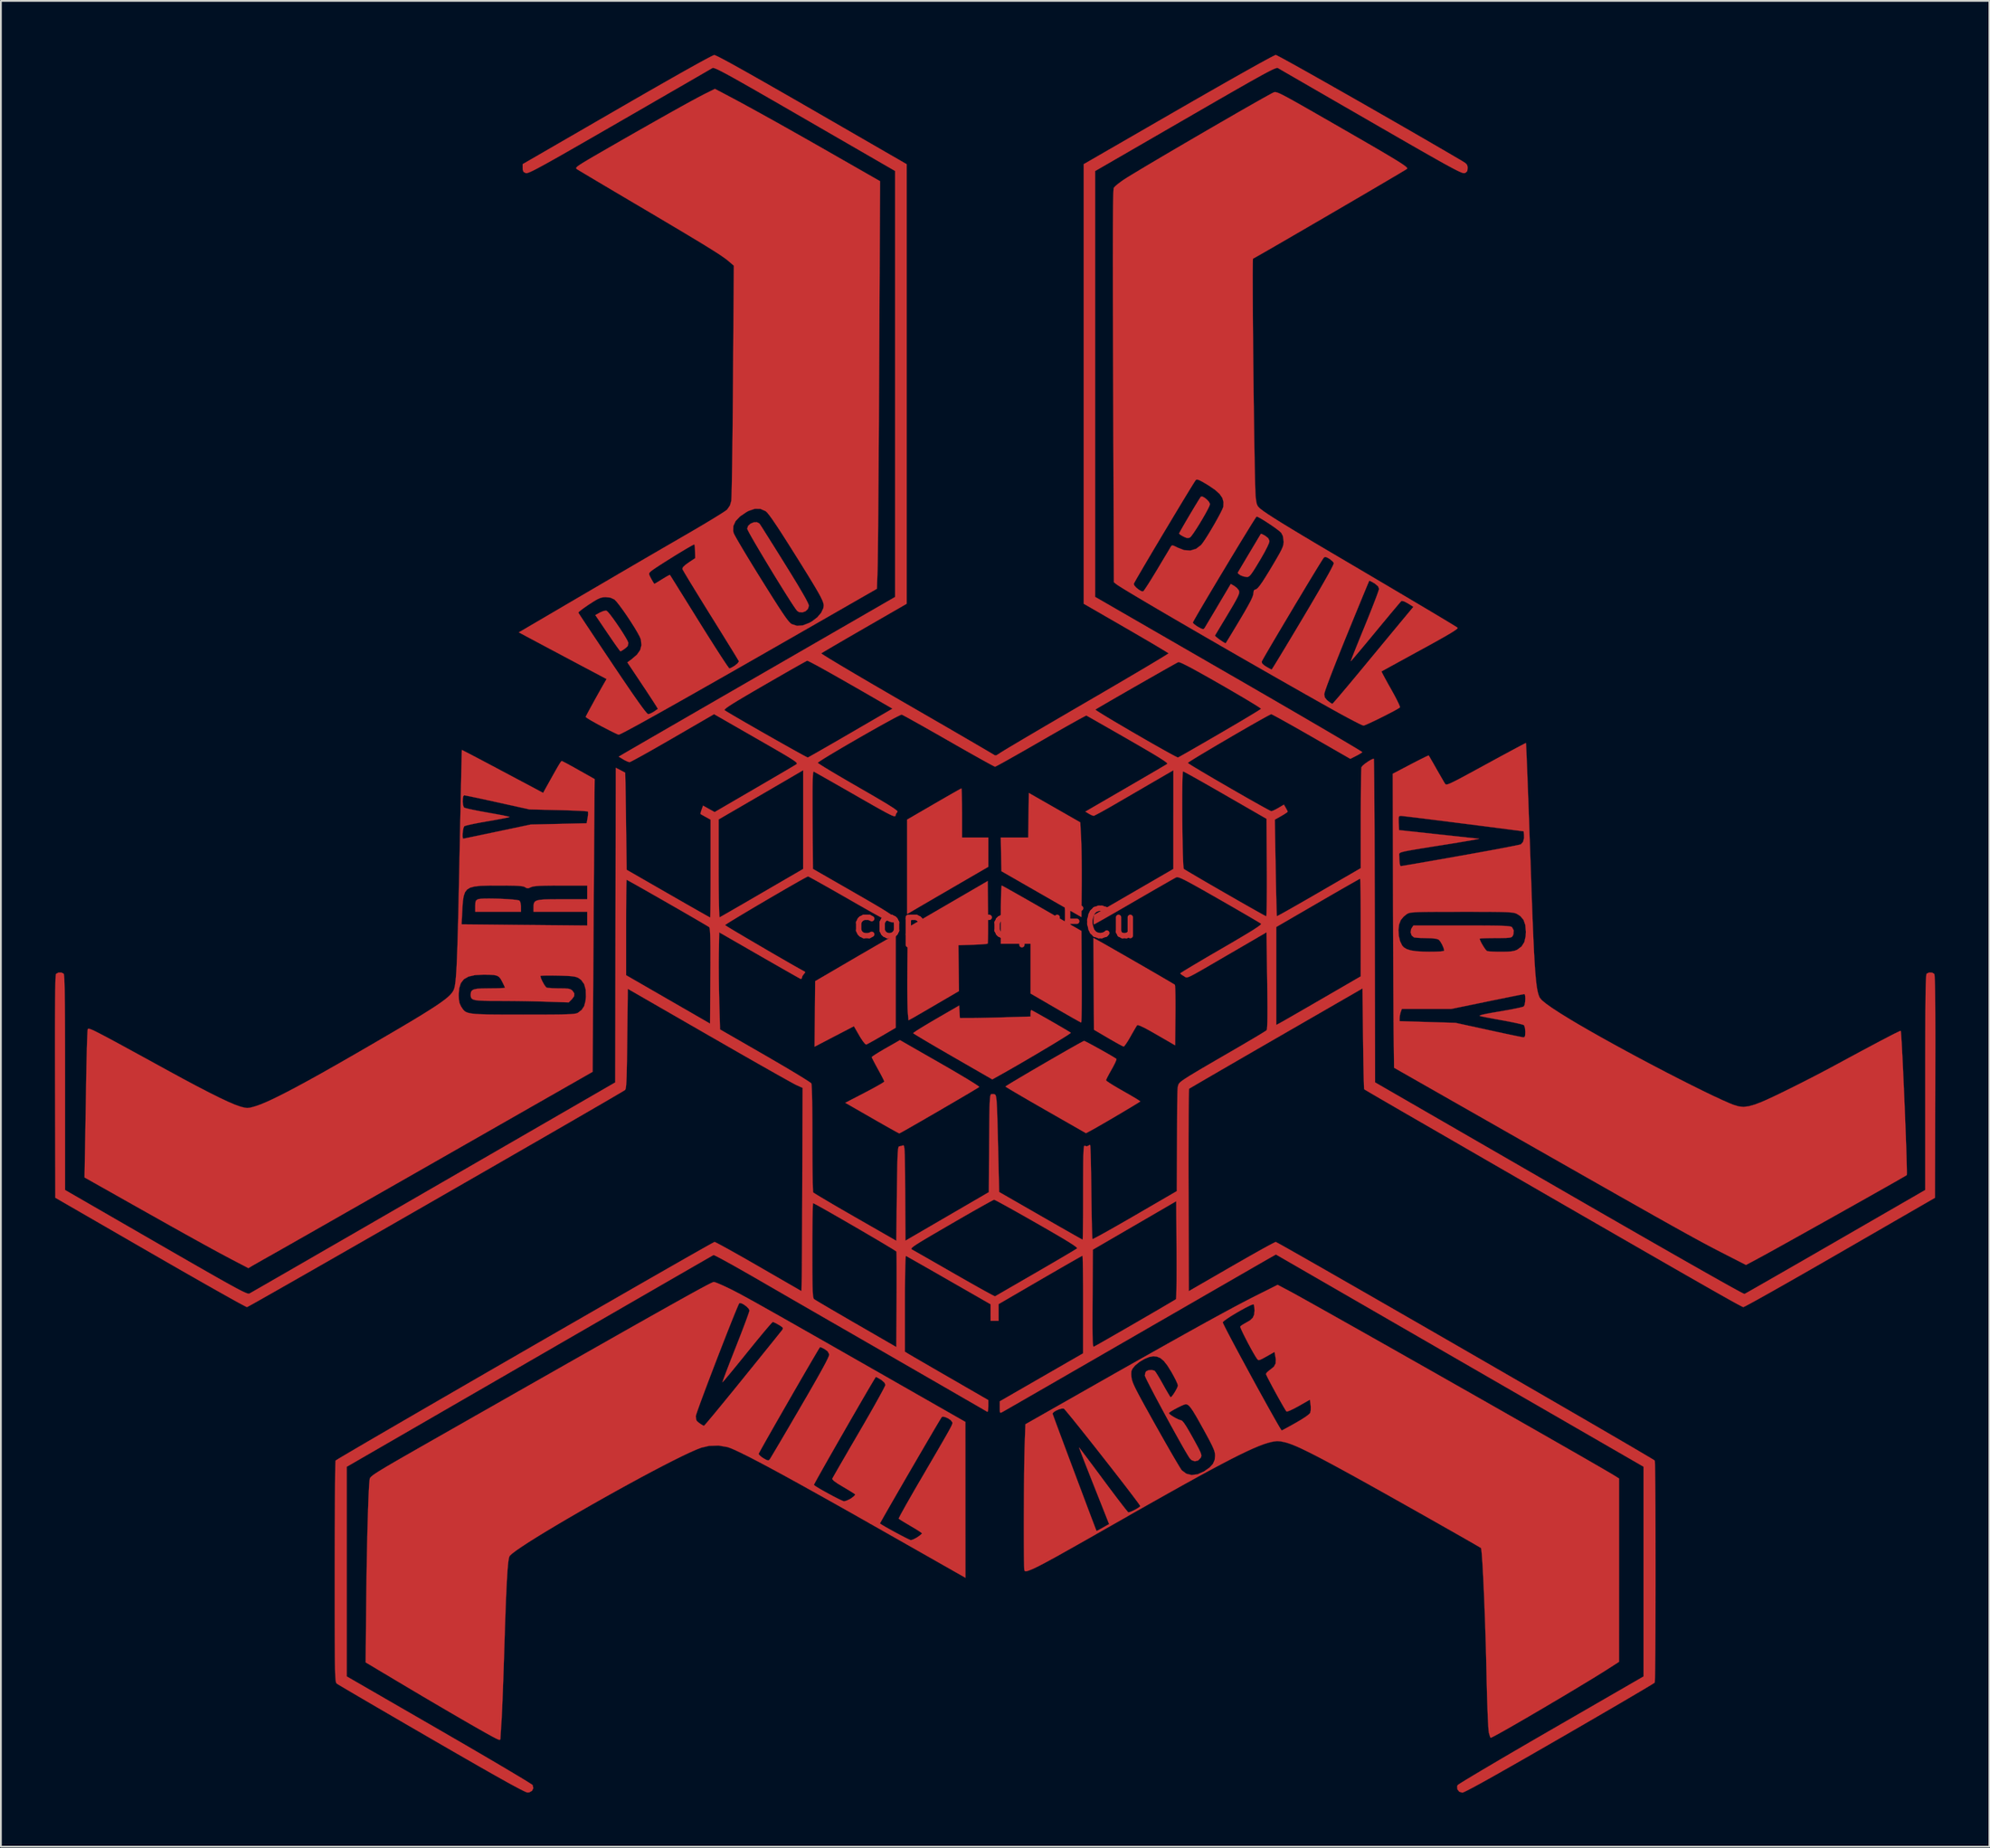
<source format=kicad_pcb>
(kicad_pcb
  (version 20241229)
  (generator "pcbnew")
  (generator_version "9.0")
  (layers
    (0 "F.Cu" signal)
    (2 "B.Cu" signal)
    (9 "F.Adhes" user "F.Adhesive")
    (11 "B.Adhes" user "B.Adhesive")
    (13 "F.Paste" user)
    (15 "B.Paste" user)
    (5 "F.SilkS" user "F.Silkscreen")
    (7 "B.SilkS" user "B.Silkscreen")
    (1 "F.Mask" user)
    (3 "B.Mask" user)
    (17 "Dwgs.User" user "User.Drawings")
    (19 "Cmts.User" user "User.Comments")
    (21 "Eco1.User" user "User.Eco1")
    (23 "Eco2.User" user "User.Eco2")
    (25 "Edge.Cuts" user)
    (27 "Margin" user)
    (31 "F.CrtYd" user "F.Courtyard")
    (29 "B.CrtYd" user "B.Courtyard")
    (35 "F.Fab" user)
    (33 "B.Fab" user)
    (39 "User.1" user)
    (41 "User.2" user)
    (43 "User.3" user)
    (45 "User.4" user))
  (footprint "coppercpvFCu"
    (layer "F.Cu")
    (at 52.254 48.265)
    (property "Reference" "coppercpvFCu" (at 0 0 0) (layer "F.Cu") (effects (font (size 1.524 1.524) (thickness 0.3))))
    (attr through_hole)
    (fp_poly (pts (xy 4.731 -5.606) (xy 4.778 -4.692) (xy 4.791 -4.368) (xy 4.801 -3.947) (xy 4.808 -3.46) (xy 4.812 -2.936) (xy 4.812 -2.406) (xy 4.81 -2.06) (xy 4.794 -0.342) (xy 0.349 -2.892) (xy 0.314 -4.763) (xy 1.839 -4.763) (xy 1.856 -6.001) (xy 1.873 -7.239) (xy 4.731 -5.606)) (stroke (width 0.01) (type solid)) (fill yes) (layer "F.Cu"))
    (fp_poly (pts (xy -27.77 -1.367) (xy -27.43 -1.356) (xy -27.101 -1.339) (xy -26.811 -1.317) (xy -26.586 -1.292) (xy -26.452 -1.264) (xy -26.432 -1.254) (xy -26.383 -1.156) (xy -26.355 -0.984) (xy -26.352 -0.913) (xy -26.352 -0.635) (xy -28.892 -0.635) (xy -28.892 -0.954) (xy -28.885 -1.148) (xy -28.852 -1.256) (xy -28.775 -1.316) (xy -28.722 -1.338) (xy -28.598 -1.359) (xy -28.381 -1.37) (xy -28.096 -1.372) (xy -27.77 -1.367)) (stroke (width 0.01) (type solid)) (fill yes) (layer "F.Cu"))
    (fp_poly (pts (xy -5.525 3.221) (xy -5.526 5.81) (xy -6.305 6.266) (xy -6.592 6.432) (xy -6.843 6.573) (xy -7.036 6.679) (xy -7.15 6.736) (xy -7.167 6.742) (xy -7.235 6.699) (xy -7.345 6.564) (xy -7.482 6.357) (xy -7.55 6.243) (xy -7.849 5.724) (xy -8.942 6.293) (xy -10.035 6.863) (xy -10.001 3.22) (xy -8.001 2.052) (xy -7.533 1.779) (xy -7.09 1.522) (xy -6.687 1.288) (xy -6.339 1.087) (xy -6.058 0.925) (xy -5.86 0.812) (xy -5.763 0.758) (xy -5.524 0.632) (xy -5.525 3.221)) (stroke (width 0.01) (type solid)) (fill yes) (layer "F.Cu"))
    (fp_poly (pts (xy -1.864 -7.433) (xy -1.856 -7.263) (xy -1.849 -7.004) (xy -1.844 -6.673) (xy -1.842 -6.287) (xy -1.841 -6.128) (xy -1.841 -4.763) (xy -0.381 -4.763) (xy -0.381 -3.136) (xy -1.921 -2.242) (xy -2.368 -1.982) (xy -2.82 -1.719) (xy -3.255 -1.467) (xy -3.647 -1.238) (xy -3.973 -1.048) (xy -4.175 -0.93) (xy -4.889 -0.512) (xy -4.889 -5.761) (xy -3.398 -6.627) (xy -3.004 -6.855) (xy -2.647 -7.06) (xy -2.341 -7.235) (xy -2.1 -7.371) (xy -1.94 -7.46) (xy -1.874 -7.493) (xy -1.874 -7.493) (xy -1.864 -7.433)) (stroke (width 0.01) (type solid)) (fill yes) (layer "F.Cu"))
    (fp_poly (pts (xy -21.599 -17.37) (xy -21.523 -17.305) (xy -21.397 -17.154) (xy -21.235 -16.94) (xy -21.054 -16.684) (xy -20.868 -16.411) (xy -20.693 -16.142) (xy -20.545 -15.9) (xy -20.437 -15.709) (xy -20.387 -15.589) (xy -20.384 -15.574) (xy -20.41 -15.439) (xy -20.432 -15.395) (xy -20.512 -15.316) (xy -20.638 -15.219) (xy -20.761 -15.141) (xy -20.826 -15.114) (xy -20.871 -15.165) (xy -20.974 -15.305) (xy -21.125 -15.517) (xy -21.312 -15.787) (xy -21.524 -16.098) (xy -21.539 -16.12) (xy -22.219 -17.125) (xy -21.968 -17.266) (xy -21.784 -17.347) (xy -21.633 -17.375) (xy -21.599 -17.37)) (stroke (width 0.01) (type solid)) (fill yes) (layer "F.Cu"))
    (fp_poly (pts (xy -0.396 -0.623) (xy -0.393 -0.168) (xy -0.392 0.244) (xy -0.394 0.597) (xy -0.399 0.874) (xy -0.405 1.059) (xy -0.414 1.133) (xy -0.414 1.134) (xy -0.488 1.149) (xy -0.663 1.166) (xy -0.914 1.182) (xy -1.215 1.195) (xy -1.245 1.196) (xy -2.041 1.222) (xy -2.026 2.497) (xy -2.012 3.771) (xy -3.245 4.491) (xy -3.611 4.705) (xy -3.95 4.903) (xy -4.243 5.072) (xy -4.47 5.204) (xy -4.614 5.286) (xy -4.646 5.303) (xy -4.815 5.395) (xy -4.856 4.936) (xy -4.865 4.76) (xy -4.872 4.476) (xy -4.878 4.104) (xy -4.881 3.663) (xy -4.881 3.172) (xy -4.879 2.65) (xy -4.877 2.358) (xy -4.858 0.239) (xy -0.413 -2.345) (xy -0.396 -0.623)) (stroke (width 0.01) (type solid)) (fill yes) (layer "F.Cu"))
    (fp_poly (pts (xy 0.429 -2.062) (xy 0.591 -1.974) (xy 0.838 -1.836) (xy 1.16 -1.655) (xy 1.543 -1.437) (xy 1.977 -1.19) (xy 2.448 -0.92) (xy 2.603 -0.83) (xy 4.794 0.43) (xy 4.811 2.977) (xy 4.813 3.532) (xy 4.813 4.044) (xy 4.811 4.502) (xy 4.807 4.891) (xy 4.801 5.197) (xy 4.793 5.409) (xy 4.783 5.511) (xy 4.779 5.519) (xy 4.713 5.487) (xy 4.553 5.399) (xy 4.314 5.265) (xy 4.011 5.092) (xy 3.659 4.89) (xy 3.35 4.71) (xy 1.968 3.907) (xy 1.968 1.143) (xy 0.318 1.143) (xy 0.318 -0.476) (xy 0.319 -0.915) (xy 0.324 -1.308) (xy 0.332 -1.639) (xy 0.342 -1.891) (xy 0.354 -2.048) (xy 0.365 -2.093) (xy 0.429 -2.062)) (stroke (width 0.01) (type solid)) (fill yes) (layer "F.Cu"))
    (fp_poly (pts (xy 11.639 -23.651) (xy 11.773 -23.542) (xy 11.884 -23.418) (xy 11.937 -23.307) (xy 11.938 -23.295) (xy 11.906 -23.192) (xy 11.818 -23.009) (xy 11.689 -22.769) (xy 11.533 -22.496) (xy 11.363 -22.212) (xy 11.194 -21.942) (xy 11.04 -21.709) (xy 10.915 -21.535) (xy 10.833 -21.445) (xy 10.822 -21.438) (xy 10.727 -21.409) (xy 10.641 -21.416) (xy 10.513 -21.469) (xy 10.43 -21.51) (xy 10.294 -21.59) (xy 10.226 -21.653) (xy 10.223 -21.661) (xy 10.254 -21.727) (xy 10.339 -21.88) (xy 10.464 -22.099) (xy 10.618 -22.364) (xy 10.787 -22.652) (xy 10.96 -22.942) (xy 11.123 -23.214) (xy 11.265 -23.447) (xy 11.373 -23.618) (xy 11.433 -23.707) (xy 11.436 -23.711) (xy 11.515 -23.717) (xy 11.639 -23.651)) (stroke (width 0.01) (type solid)) (fill yes) (layer "F.Cu"))
    (fp_poly (pts (xy 14.83 -21.629) (xy 14.957 -21.563) (xy 15.014 -21.529) (xy 15.176 -21.4) (xy 15.237 -21.264) (xy 15.24 -21.222) (xy 15.207 -21.106) (xy 15.115 -20.902) (xy 14.973 -20.629) (xy 14.791 -20.306) (xy 14.697 -20.147) (xy 14.494 -19.81) (xy 14.341 -19.568) (xy 14.228 -19.406) (xy 14.142 -19.307) (xy 14.07 -19.258) (xy 14.002 -19.243) (xy 13.983 -19.243) (xy 13.799 -19.276) (xy 13.635 -19.341) (xy 13.52 -19.42) (xy 13.481 -19.479) (xy 13.482 -19.482) (xy 13.524 -19.554) (xy 13.617 -19.712) (xy 13.749 -19.935) (xy 13.909 -20.204) (xy 14.084 -20.498) (xy 14.261 -20.795) (xy 14.429 -21.077) (xy 14.576 -21.323) (xy 14.689 -21.512) (xy 14.757 -21.623) (xy 14.77 -21.645) (xy 14.83 -21.629)) (stroke (width 0.01) (type solid)) (fill yes) (layer "F.Cu"))
    (fp_poly (pts (xy -13.101 -22.216) (xy -13.095 -22.209) (xy -13.049 -22.139) (xy -12.942 -21.974) (xy -12.784 -21.724) (xy -12.582 -21.402) (xy -12.342 -21.021) (xy -12.074 -20.592) (xy -11.784 -20.127) (xy -11.691 -19.977) (xy -11.298 -19.342) (xy -10.975 -18.811) (xy -10.721 -18.381) (xy -10.533 -18.05) (xy -10.412 -17.815) (xy -10.355 -17.676) (xy -10.351 -17.647) (xy -10.404 -17.47) (xy -10.539 -17.341) (xy -10.717 -17.277) (xy -10.898 -17.294) (xy -11.003 -17.362) (xy -11.078 -17.458) (xy -11.206 -17.645) (xy -11.379 -17.909) (xy -11.587 -18.236) (xy -11.823 -18.612) (xy -12.077 -19.022) (xy -12.341 -19.452) (xy -12.606 -19.889) (xy -12.864 -20.318) (xy -13.106 -20.724) (xy -13.324 -21.094) (xy -13.509 -21.414) (xy -13.652 -21.669) (xy -13.745 -21.846) (xy -13.779 -21.929) (xy -13.78 -21.93) (xy -13.726 -22.086) (xy -13.592 -22.209) (xy -13.416 -22.282) (xy -13.24 -22.29) (xy -13.101 -22.216)) (stroke (width 0.01) (type solid)) (fill yes) (layer "F.Cu"))
    (fp_poly (pts (xy 5.635 0.912) (xy 5.752 0.976) (xy 5.957 1.091) (xy 6.235 1.249) (xy 6.572 1.441) (xy 6.952 1.659) (xy 7.363 1.894) (xy 7.788 2.139) (xy 8.213 2.384) (xy 8.625 2.622) (xy 9.008 2.844) (xy 9.347 3.042) (xy 9.629 3.206) (xy 9.838 3.33) (xy 9.961 3.404) (xy 9.986 3.421) (xy 9.999 3.495) (xy 10.009 3.679) (xy 10.016 3.955) (xy 10.02 4.306) (xy 10.021 4.715) (xy 10.018 5.127) (xy 10.001 6.785) (xy 8.973 6.191) (xy 8.578 5.966) (xy 8.28 5.806) (xy 8.071 5.707) (xy 7.943 5.664) (xy 7.888 5.672) (xy 7.833 5.757) (xy 7.734 5.925) (xy 7.605 6.148) (xy 7.519 6.302) (xy 7.382 6.536) (xy 7.262 6.72) (xy 7.175 6.832) (xy 7.144 6.855) (xy 7.069 6.824) (xy 6.906 6.739) (xy 6.677 6.612) (xy 6.402 6.455) (xy 6.287 6.388) (xy 5.493 5.922) (xy 5.476 3.372) (xy 5.46 0.821) (xy 5.635 0.912)) (stroke (width 0.01) (type solid)) (fill yes) (layer "F.Cu"))
    (fp_poly (pts (xy -1.981 4.923) (xy -1.962 5.271) (xy -1.378 5.27) (xy -1.133 5.268) (xy -0.79 5.263) (xy -0.382 5.254) (xy 0.064 5.243) (xy 0.517 5.231) (xy 0.587 5.228) (xy 1.968 5.187) (xy 1.968 5.006) (xy 1.98 4.877) (xy 2.005 4.826) (xy 2.068 4.856) (xy 2.22 4.939) (xy 2.441 5.062) (xy 2.71 5.214) (xy 3.006 5.382) (xy 3.309 5.556) (xy 3.598 5.724) (xy 3.853 5.873) (xy 4.052 5.991) (xy 4.176 6.068) (xy 4.206 6.089) (xy 4.163 6.128) (xy 4.022 6.223) (xy 3.798 6.365) (xy 3.504 6.547) (xy 3.152 6.761) (xy 2.755 6.998) (xy 2.328 7.252) (xy 1.882 7.514) (xy 1.432 7.777) (xy 0.99 8.032) (xy 0.57 8.272) (xy 0.194 8.483) (xy -0.159 8.68) (xy -2.349 7.419) (xy -2.829 7.141) (xy -3.274 6.883) (xy -3.671 6.65) (xy -4.009 6.45) (xy -4.275 6.29) (xy -4.459 6.177) (xy -4.548 6.117) (xy -4.555 6.111) (xy -4.506 6.067) (xy -4.363 5.97) (xy -4.139 5.829) (xy -3.85 5.653) (xy -3.511 5.452) (xy -3.285 5.32) (xy -2 4.576) (xy -1.981 4.923)) (stroke (width 0.01) (type solid)) (fill yes) (layer "F.Cu"))
    (fp_poly (pts (xy -3.064 7.774) (xy -2.582 8.051) (xy -2.138 8.31) (xy -1.744 8.545) (xy -1.41 8.746) (xy -1.149 8.909) (xy -0.971 9.027) (xy -0.888 9.091) (xy -0.884 9.1) (xy -0.95 9.144) (xy -1.11 9.241) (xy -1.35 9.385) (xy -1.657 9.567) (xy -2.016 9.777) (xy -2.412 10.009) (xy -2.832 10.254) (xy -3.26 10.504) (xy -3.684 10.749) (xy -4.088 10.983) (xy -4.459 11.196) (xy -4.781 11.381) (xy -5.042 11.529) (xy -5.226 11.631) (xy -5.319 11.68) (xy -5.327 11.683) (xy -5.39 11.652) (xy -5.549 11.566) (xy -5.788 11.433) (xy -6.093 11.262) (xy -6.449 11.059) (xy -6.842 10.835) (xy -6.847 10.831) (xy -8.329 9.981) (xy -7.246 9.42) (xy -6.909 9.242) (xy -6.615 9.082) (xy -6.381 8.949) (xy -6.224 8.852) (xy -6.161 8.802) (xy -6.161 8.8) (xy -6.19 8.724) (xy -6.269 8.563) (xy -6.386 8.341) (xy -6.509 8.117) (xy -6.648 7.863) (xy -6.761 7.649) (xy -6.835 7.5) (xy -6.858 7.442) (xy -6.806 7.395) (xy -6.663 7.298) (xy -6.448 7.164) (xy -6.182 7.006) (xy -6.076 6.946) (xy -5.293 6.498) (xy -3.064 7.774)) (stroke (width 0.01) (type solid)) (fill yes) (layer "F.Cu"))
    (fp_poly (pts (xy 5.016 6.57) (xy 5.174 6.651) (xy 5.396 6.769) (xy 5.656 6.912) (xy 5.933 7.066) (xy 6.202 7.218) (xy 6.439 7.355) (xy 6.622 7.465) (xy 6.727 7.533) (xy 6.741 7.544) (xy 6.729 7.614) (xy 6.663 7.767) (xy 6.555 7.978) (xy 6.471 8.128) (xy 6.338 8.365) (xy 6.234 8.563) (xy 6.172 8.695) (xy 6.161 8.731) (xy 6.215 8.782) (xy 6.361 8.882) (xy 6.583 9.021) (xy 6.861 9.186) (xy 7.114 9.331) (xy 7.425 9.508) (xy 7.693 9.665) (xy 7.9 9.79) (xy 8.029 9.873) (xy 8.064 9.902) (xy 8.012 9.941) (xy 7.867 10.032) (xy 7.647 10.166) (xy 7.369 10.333) (xy 7.051 10.523) (xy 6.71 10.724) (xy 6.364 10.927) (xy 6.03 11.121) (xy 5.725 11.297) (xy 5.467 11.443) (xy 5.273 11.55) (xy 5.244 11.566) (xy 5.048 11.669) (xy 2.812 10.391) (xy 2.328 10.113) (xy 1.879 9.854) (xy 1.478 9.621) (xy 1.136 9.421) (xy 0.865 9.26) (xy 0.677 9.146) (xy 0.583 9.086) (xy 0.574 9.078) (xy 0.626 9.039) (xy 0.774 8.945) (xy 1.004 8.805) (xy 1.302 8.628) (xy 1.652 8.42) (xy 2.042 8.191) (xy 2.455 7.95) (xy 2.88 7.703) (xy 3.3 7.46) (xy 3.702 7.229) (xy 4.071 7.018) (xy 4.393 6.836) (xy 4.654 6.69) (xy 4.839 6.59) (xy 4.935 6.543) (xy 4.943 6.54) (xy 5.016 6.57)) (stroke (width 0.01) (type solid)) (fill yes) (layer "F.Cu"))
    (fp_poly (pts (xy -14.756 -45.945) (xy -14.269 -45.685) (xy -13.685 -45.367) (xy -13.013 -44.997) (xy -12.265 -44.582) (xy -11.454 -44.127) (xy -10.589 -43.638) (xy -9.682 -43.123) (xy -9.112 -42.797) (xy -8.639 -42.526) (xy -8.185 -42.267) (xy -7.766 -42.027) (xy -7.397 -41.816) (xy -7.095 -41.643) (xy -6.875 -41.518) (xy -6.77 -41.457) (xy -6.395 -41.243) (xy -6.445 -31.02) (xy -6.451 -29.87) (xy -6.457 -28.743) (xy -6.463 -27.647) (xy -6.47 -26.588) (xy -6.476 -25.575) (xy -6.483 -24.616) (xy -6.49 -23.717) (xy -6.496 -22.887) (xy -6.503 -22.134) (xy -6.509 -21.465) (xy -6.515 -20.888) (xy -6.521 -20.41) (xy -6.526 -20.039) (xy -6.531 -19.784) (xy -6.533 -19.693) (xy -6.572 -18.59) (xy -9.779 -16.75) (xy -11.248 -15.908) (xy -12.615 -15.126) (xy -13.881 -14.402) (xy -15.045 -13.739) (xy -16.106 -13.136) (xy -17.063 -12.593) (xy -17.917 -12.111) (xy -18.665 -11.691) (xy -19.308 -11.333) (xy -19.844 -11.036) (xy -20.274 -10.803) (xy -20.596 -10.632) (xy -20.81 -10.524) (xy -20.915 -10.48) (xy -20.922 -10.479) (xy -20.998 -10.507) (xy -21.165 -10.586) (xy -21.403 -10.703) (xy -21.69 -10.851) (xy -21.876 -10.947) (xy -22.177 -11.11) (xy -22.434 -11.255) (xy -22.626 -11.371) (xy -22.736 -11.448) (xy -22.754 -11.47) (xy -22.721 -11.541) (xy -22.637 -11.702) (xy -22.513 -11.932) (xy -22.361 -12.21) (xy -22.193 -12.515) (xy -22.019 -12.827) (xy -21.852 -13.124) (xy -21.745 -13.311) (xy -21.594 -13.573) (xy -23.037 -14.338) (xy -23.501 -14.585) (xy -23.996 -14.848) (xy -24.488 -15.109) (xy -24.946 -15.353) (xy -25.338 -15.562) (xy -25.475 -15.635) (xy -26.47 -16.166) (xy -25.125 -16.954) (xy -24.6 -17.262) (xy -23.164 -17.262) (xy -23.126 -17.201) (xy -23.024 -17.044) (xy -22.864 -16.801) (xy -22.653 -16.483) (xy -22.398 -16.099) (xy -22.105 -15.66) (xy -21.781 -15.174) (xy -21.432 -14.653) (xy -21.272 -14.414) (xy -20.817 -13.737) (xy -20.427 -13.163) (xy -20.1 -12.686) (xy -19.831 -12.303) (xy -19.619 -12.01) (xy -19.46 -11.801) (xy -19.351 -11.674) (xy -19.289 -11.622) (xy -19.282 -11.621) (xy -19.154 -11.655) (xy -18.992 -11.741) (xy -18.965 -11.759) (xy -18.831 -11.851) (xy -18.751 -11.907) (xy -18.744 -11.911) (xy -18.772 -11.966) (xy -18.861 -12.111) (xy -19.003 -12.333) (xy -19.188 -12.617) (xy -19.406 -12.948) (xy -19.581 -13.212) (xy -20.439 -14.497) (xy -20.205 -14.669) (xy -19.907 -14.925) (xy -19.727 -15.18) (xy -19.656 -15.452) (xy -19.686 -15.757) (xy -19.691 -15.776) (xy -19.752 -15.927) (xy -19.875 -16.155) (xy -20.042 -16.437) (xy -20.24 -16.75) (xy -20.453 -17.072) (xy -20.666 -17.38) (xy -20.864 -17.65) (xy -21.03 -17.861) (xy -21.151 -17.988) (xy -21.166 -17.999) (xy -21.384 -18.099) (xy -21.654 -18.125) (xy -21.804 -18.114) (xy -21.946 -18.079) (xy -22.107 -18.006) (xy -22.318 -17.882) (xy -22.572 -17.718) (xy -22.811 -17.555) (xy -23.003 -17.414) (xy -23.127 -17.311) (xy -23.164 -17.262) (xy -24.6 -17.262) (xy -24.137 -17.534) (xy -23.248 -18.055) (xy -22.448 -18.524) (xy -21.727 -18.945) (xy -21.076 -19.326) (xy -20.941 -19.406) (xy -19.233 -19.406) (xy -19.196 -19.302) (xy -19.113 -19.145) (xy -19.022 -18.983) (xy -18.957 -18.88) (xy -18.939 -18.86) (xy -18.88 -18.891) (xy -18.742 -18.974) (xy -18.551 -19.093) (xy -18.506 -19.121) (xy -18.308 -19.242) (xy -18.156 -19.327) (xy -18.078 -19.36) (xy -18.073 -19.359) (xy -18.037 -19.302) (xy -17.94 -19.148) (xy -17.79 -18.907) (xy -17.592 -18.589) (xy -17.354 -18.206) (xy -17.081 -17.768) (xy -16.781 -17.286) (xy -16.46 -16.769) (xy -16.447 -16.748) (xy -16.124 -16.231) (xy -15.819 -15.748) (xy -15.541 -15.31) (xy -15.295 -14.927) (xy -15.087 -14.61) (xy -14.926 -14.37) (xy -14.818 -14.217) (xy -14.769 -14.161) (xy -14.768 -14.161) (xy -14.677 -14.194) (xy -14.528 -14.278) (xy -14.456 -14.325) (xy -14.319 -14.438) (xy -14.247 -14.535) (xy -14.244 -14.567) (xy -14.283 -14.635) (xy -14.382 -14.8) (xy -14.535 -15.051) (xy -14.735 -15.376) (xy -14.975 -15.764) (xy -15.247 -16.204) (xy -15.546 -16.686) (xy -15.815 -17.117) (xy -16.131 -17.626) (xy -16.426 -18.104) (xy -16.694 -18.54) (xy -16.928 -18.922) (xy -17.12 -19.24) (xy -17.265 -19.482) (xy -17.354 -19.638) (xy -17.382 -19.693) (xy -17.349 -19.789) (xy -17.204 -19.925) (xy -17.039 -20.043) (xy -16.669 -20.29) (xy -16.676 -20.657) (xy -16.685 -20.86) (xy -16.701 -21.006) (xy -16.716 -21.055) (xy -16.776 -21.033) (xy -16.925 -20.953) (xy -17.143 -20.827) (xy -17.411 -20.667) (xy -17.712 -20.485) (xy -18.025 -20.29) (xy -18.334 -20.096) (xy -18.618 -19.914) (xy -18.86 -19.756) (xy -19.04 -19.632) (xy -19.141 -19.554) (xy -19.144 -19.552) (xy -19.215 -19.476) (xy -19.233 -19.406) (xy -20.941 -19.406) (xy -20.484 -19.672) (xy -19.942 -19.989) (xy -19.438 -20.283) (xy -18.963 -20.559) (xy -18.508 -20.824) (xy -18.061 -21.083) (xy -17.614 -21.342) (xy -17.272 -21.54) (xy -16.844 -21.789) (xy -14.557 -21.789) (xy -14.536 -21.695) (xy -14.491 -21.597) (xy -14.385 -21.404) (xy -14.226 -21.128) (xy -14.021 -20.781) (xy -13.777 -20.375) (xy -13.502 -19.923) (xy -13.202 -19.436) (xy -13.001 -19.113) (xy -12.634 -18.526) (xy -12.326 -18.037) (xy -12.072 -17.639) (xy -11.864 -17.322) (xy -11.697 -17.076) (xy -11.565 -16.893) (xy -11.46 -16.764) (xy -11.378 -16.678) (xy -11.311 -16.628) (xy -11.303 -16.624) (xy -11.009 -16.53) (xy -10.682 -16.555) (xy -10.316 -16.699) (xy -10.173 -16.781) (xy -9.884 -17.002) (xy -9.669 -17.253) (xy -9.548 -17.51) (xy -9.527 -17.653) (xy -9.534 -17.736) (xy -9.561 -17.837) (xy -9.613 -17.968) (xy -9.694 -18.137) (xy -9.811 -18.353) (xy -9.969 -18.627) (xy -10.173 -18.968) (xy -10.428 -19.385) (xy -10.74 -19.889) (xy -11.115 -20.488) (xy -11.188 -20.604) (xy -11.568 -21.206) (xy -11.887 -21.706) (xy -12.152 -22.109) (xy -12.365 -22.423) (xy -12.532 -22.655) (xy -12.657 -22.811) (xy -12.745 -22.898) (xy -12.757 -22.906) (xy -13.043 -23.031) (xy -13.355 -23.036) (xy -13.697 -22.921) (xy -13.81 -22.861) (xy -14.179 -22.611) (xy -14.425 -22.352) (xy -14.55 -22.08) (xy -14.557 -21.789) (xy -16.844 -21.789) (xy -16.784 -21.824) (xy -16.324 -22.095) (xy -15.906 -22.345) (xy -15.543 -22.566) (xy -15.247 -22.75) (xy -15.032 -22.889) (xy -14.912 -22.974) (xy -14.897 -22.987) (xy -14.736 -23.219) (xy -14.663 -23.474) (xy -14.656 -23.579) (xy -14.647 -23.803) (xy -14.639 -24.136) (xy -14.63 -24.568) (xy -14.621 -25.092) (xy -14.612 -25.697) (xy -14.603 -26.375) (xy -14.594 -27.117) (xy -14.586 -27.913) (xy -14.578 -28.756) (xy -14.571 -29.635) (xy -14.567 -30.165) (xy -14.521 -36.548) (xy -14.826 -36.809) (xy -14.927 -36.891) (xy -15.055 -36.986) (xy -15.217 -37.099) (xy -15.421 -37.234) (xy -15.674 -37.395) (xy -15.981 -37.587) (xy -16.352 -37.814) (xy -16.792 -38.08) (xy -17.308 -38.39) (xy -17.908 -38.747) (xy -18.598 -39.157) (xy -19.386 -39.624) (xy -20.032 -40.005) (xy -20.605 -40.344) (xy -21.148 -40.665) (xy -21.651 -40.963) (xy -22.103 -41.231) (xy -22.494 -41.464) (xy -22.814 -41.655) (xy -23.052 -41.797) (xy -23.198 -41.886) (xy -23.238 -41.911) (xy -23.273 -41.94) (xy -23.285 -41.972) (xy -23.263 -42.014) (xy -23.199 -42.074) (xy -23.082 -42.157) (xy -22.901 -42.272) (xy -22.647 -42.425) (xy -22.31 -42.623) (xy -21.879 -42.872) (xy -21.548 -43.063) (xy -20.741 -43.527) (xy -19.966 -43.97) (xy -19.23 -44.388) (xy -18.545 -44.775) (xy -17.919 -45.127) (xy -17.362 -45.437) (xy -16.883 -45.7) (xy -16.491 -45.911) (xy -16.196 -46.066) (xy -16.114 -46.107) (xy -15.574 -46.375) (xy -14.756 -45.945)) (stroke (width 0.01) (type solid)) (fill yes) (layer "F.Cu"))
    (fp_poly (pts (xy -29.578 -9.602) (xy -29.421 -9.522) (xy -29.176 -9.395) (xy -28.855 -9.227) (xy -28.469 -9.024) (xy -28.031 -8.792) (xy -27.552 -8.538) (xy -27.372 -8.442) (xy -25.12 -7.245) (xy -24.778 -7.861) (xy -24.559 -8.253) (xy -24.393 -8.547) (xy -24.272 -8.756) (xy -24.188 -8.894) (xy -24.132 -8.974) (xy -24.097 -9.009) (xy -24.08 -9.015) (xy -24.012 -8.984) (xy -23.853 -8.902) (xy -23.623 -8.777) (xy -23.342 -8.622) (xy -23.146 -8.512) (xy -22.257 -8.011) (xy -22.264 -7.387) (xy -22.266 -7.243) (xy -22.268 -6.98) (xy -22.271 -6.608) (xy -22.274 -6.135) (xy -22.278 -5.57) (xy -22.283 -4.921) (xy -22.288 -4.197) (xy -22.293 -3.408) (xy -22.299 -2.561) (xy -22.305 -1.665) (xy -22.312 -0.73) (xy -22.318 0.237) (xy -22.321 0.748) (xy -22.371 8.259) (xy -30.696 13.011) (xy -31.665 13.564) (xy -32.617 14.107) (xy -33.543 14.635) (xy -34.437 15.145) (xy -35.292 15.632) (xy -36.101 16.093) (xy -36.856 16.524) (xy -37.551 16.92) (xy -38.179 17.278) (xy -38.732 17.592) (xy -39.204 17.861) (xy -39.587 18.078) (xy -39.874 18.242) (xy -40.059 18.346) (xy -40.069 18.351) (xy -40.412 18.545) (xy -40.73 18.724) (xy -41 18.878) (xy -41.201 18.993) (xy -41.309 19.055) (xy -41.501 19.17) (xy -42.452 18.673) (xy -42.764 18.508) (xy -43.119 18.318) (xy -43.524 18.098) (xy -43.986 17.844) (xy -44.513 17.553) (xy -45.112 17.22) (xy -45.791 16.841) (xy -46.556 16.411) (xy -47.416 15.928) (xy -48.378 15.386) (xy -48.528 15.301) (xy -50.606 14.13) (xy -50.578 12.573) (xy -50.571 12.136) (xy -50.561 11.598) (xy -50.551 10.989) (xy -50.54 10.334) (xy -50.529 9.663) (xy -50.518 9.001) (xy -50.51 8.511) (xy -50.5 7.956) (xy -50.488 7.438) (xy -50.476 6.971) (xy -50.464 6.57) (xy -50.452 6.25) (xy -50.441 6.024) (xy -50.43 5.907) (xy -50.428 5.896) (xy -50.416 5.875) (xy -50.392 5.864) (xy -50.35 5.866) (xy -50.282 5.886) (xy -50.181 5.927) (xy -50.039 5.993) (xy -49.85 6.087) (xy -49.605 6.214) (xy -49.298 6.376) (xy -48.92 6.579) (xy -48.466 6.826) (xy -47.927 7.12) (xy -47.296 7.465) (xy -46.566 7.865) (xy -46.038 8.155) (xy -45.151 8.638) (xy -44.369 9.055) (xy -43.691 9.406) (xy -43.114 9.694) (xy -42.636 9.919) (xy -42.254 10.083) (xy -41.967 10.185) (xy -41.925 10.198) (xy -41.719 10.251) (xy -41.566 10.271) (xy -41.416 10.256) (xy -41.217 10.204) (xy -41.105 10.171) (xy -40.815 10.069) (xy -40.452 9.916) (xy -40.012 9.71) (xy -39.49 9.449) (xy -38.883 9.131) (xy -38.186 8.754) (xy -37.396 8.316) (xy -36.509 7.813) (xy -35.52 7.245) (xy -35.179 7.048) (xy -34.318 6.548) (xy -33.56 6.105) (xy -32.899 5.716) (xy -32.329 5.376) (xy -31.841 5.08) (xy -31.431 4.823) (xy -31.089 4.602) (xy -30.811 4.412) (xy -30.588 4.248) (xy -30.414 4.106) (xy -30.282 3.981) (xy -30.272 3.969) (xy -29.813 3.969) (xy -29.802 4.247) (xy -29.764 4.447) (xy -29.687 4.616) (xy -29.67 4.644) (xy -29.608 4.741) (xy -29.548 4.823) (xy -29.478 4.891) (xy -29.386 4.945) (xy -29.262 4.987) (xy -29.095 5.02) (xy -28.873 5.043) (xy -28.584 5.059) (xy -28.218 5.07) (xy -27.763 5.075) (xy -27.209 5.078) (xy -26.543 5.078) (xy -26.235 5.079) (xy -25.545 5.078) (xy -24.97 5.077) (xy -24.5 5.074) (xy -24.123 5.07) (xy -23.828 5.063) (xy -23.603 5.053) (xy -23.438 5.04) (xy -23.322 5.024) (xy -23.243 5.004) (xy -23.189 4.98) (xy -23.187 4.979) (xy -22.976 4.816) (xy -22.84 4.609) (xy -22.766 4.33) (xy -22.743 4.087) (xy -22.755 3.688) (xy -22.84 3.382) (xy -23.003 3.156) (xy -23.137 3.055) (xy -23.234 3.006) (xy -23.357 2.971) (xy -23.528 2.946) (xy -23.77 2.928) (xy -24.106 2.916) (xy -24.305 2.911) (xy -24.639 2.906) (xy -24.923 2.906) (xy -25.136 2.912) (xy -25.255 2.923) (xy -25.273 2.931) (xy -25.243 3.054) (xy -25.167 3.225) (xy -25.071 3.4) (xy -24.978 3.533) (xy -24.925 3.579) (xy -24.817 3.597) (xy -24.616 3.611) (xy -24.358 3.618) (xy -24.22 3.619) (xy -23.929 3.623) (xy -23.736 3.637) (xy -23.611 3.668) (xy -23.525 3.719) (xy -23.495 3.747) (xy -23.387 3.899) (xy -23.393 4.047) (xy -23.513 4.215) (xy -23.534 4.235) (xy -23.699 4.401) (xy -24.941 4.36) (xy -25.419 4.346) (xy -25.975 4.334) (xy -26.562 4.325) (xy -27.131 4.32) (xy -27.565 4.318) (xy -28.053 4.317) (xy -28.43 4.31) (xy -28.708 4.296) (xy -28.904 4.27) (xy -29.031 4.23) (xy -29.104 4.171) (xy -29.137 4.092) (xy -29.146 3.988) (xy -29.146 3.969) (xy -29.133 3.839) (xy -29.082 3.745) (xy -28.976 3.682) (xy -28.797 3.644) (xy -28.528 3.625) (xy -28.152 3.62) (xy -28.094 3.619) (xy -27.782 3.617) (xy -27.521 3.611) (xy -27.334 3.601) (xy -27.246 3.589) (xy -27.241 3.586) (xy -27.268 3.515) (xy -27.336 3.368) (xy -27.397 3.245) (xy -27.484 3.088) (xy -27.574 2.981) (xy -27.692 2.914) (xy -27.864 2.877) (xy -28.114 2.862) (xy -28.444 2.858) (xy -28.908 2.883) (xy -29.265 2.965) (xy -29.524 3.111) (xy -29.695 3.329) (xy -29.788 3.628) (xy -29.813 3.969) (xy -30.272 3.969) (xy -30.186 3.869) (xy -30.118 3.765) (xy -30.088 3.704) (xy -30.059 3.626) (xy -30.033 3.522) (xy -30.009 3.384) (xy -29.987 3.206) (xy -29.966 2.981) (xy -29.946 2.702) (xy -29.927 2.364) (xy -29.909 1.959) (xy -29.891 1.48) (xy -29.873 0.921) (xy -29.854 0.276) (xy -29.849 0.062) (xy -29.653 0.062) (xy -27.86 0.079) (xy -27.27 0.085) (xy -26.607 0.092) (xy -25.917 0.098) (xy -25.243 0.104) (xy -24.631 0.11) (xy -24.368 0.112) (xy -22.669 0.127) (xy -22.669 -0.635) (xy -25.654 -0.635) (xy -25.654 -0.868) (xy -25.65 -1.011) (xy -25.629 -1.121) (xy -25.575 -1.203) (xy -25.474 -1.261) (xy -25.312 -1.298) (xy -25.074 -1.32) (xy -24.746 -1.33) (xy -24.312 -1.333) (xy -24.057 -1.333) (xy -22.669 -1.333) (xy -22.669 -2.095) (xy -24.146 -2.095) (xy -24.644 -2.093) (xy -25.031 -2.088) (xy -25.322 -2.078) (xy -25.534 -2.063) (xy -25.68 -2.041) (xy -25.778 -2.012) (xy -25.803 -2) (xy -25.942 -1.942) (xy -26.042 -1.954) (xy -26.119 -2.001) (xy -26.187 -2.033) (xy -26.299 -2.058) (xy -26.47 -2.075) (xy -26.715 -2.087) (xy -27.052 -2.093) (xy -27.495 -2.095) (xy -27.621 -2.095) (xy -28.165 -2.093) (xy -28.596 -2.079) (xy -28.928 -2.044) (xy -29.174 -1.978) (xy -29.348 -1.873) (xy -29.465 -1.718) (xy -29.537 -1.503) (xy -29.58 -1.22) (xy -29.606 -0.858) (xy -29.613 -0.715) (xy -29.653 0.062) (xy -29.849 0.062) (xy -29.835 -0.463) (xy -29.816 -1.301) (xy -29.795 -2.246) (xy -29.773 -3.305) (xy -29.749 -4.483) (xy -29.747 -4.57) (xy -29.743 -4.814) (xy -29.596 -4.814) (xy -29.579 -4.713) (xy -29.562 -4.699) (xy -29.495 -4.712) (xy -29.319 -4.747) (xy -29.05 -4.803) (xy -28.703 -4.875) (xy -28.294 -4.961) (xy -27.838 -5.057) (xy -27.673 -5.092) (xy -25.813 -5.484) (xy -24.258 -5.52) (xy -22.702 -5.556) (xy -22.647 -5.861) (xy -22.622 -6.047) (xy -22.623 -6.177) (xy -22.634 -6.209) (xy -22.707 -6.222) (xy -22.889 -6.237) (xy -23.164 -6.252) (xy -23.512 -6.266) (xy -23.917 -6.28) (xy -24.277 -6.289) (xy -25.876 -6.326) (xy -27.653 -6.719) (xy -28.113 -6.82) (xy -28.534 -6.912) (xy -28.9 -6.99) (xy -29.195 -7.052) (xy -29.402 -7.093) (xy -29.504 -7.112) (xy -29.511 -7.112) (xy -29.56 -7.057) (xy -29.586 -6.92) (xy -29.591 -6.744) (xy -29.572 -6.574) (xy -29.531 -6.451) (xy -29.512 -6.428) (xy -29.427 -6.397) (xy -29.237 -6.35) (xy -28.964 -6.292) (xy -28.627 -6.226) (xy -28.247 -6.157) (xy -28.21 -6.15) (xy -27.834 -6.083) (xy -27.505 -6.022) (xy -27.242 -5.969) (xy -27.063 -5.93) (xy -26.989 -5.907) (xy -26.988 -5.905) (xy -27.047 -5.885) (xy -27.213 -5.848) (xy -27.466 -5.799) (xy -27.787 -5.74) (xy -28.157 -5.676) (xy -28.202 -5.668) (xy -28.584 -5.601) (xy -28.925 -5.536) (xy -29.206 -5.476) (xy -29.405 -5.427) (xy -29.501 -5.393) (xy -29.503 -5.391) (xy -29.544 -5.307) (xy -29.575 -5.154) (xy -29.594 -4.975) (xy -29.596 -4.814) (xy -29.743 -4.814) (xy -29.732 -5.359) (xy -29.716 -6.11) (xy -29.702 -6.813) (xy -29.688 -7.461) (xy -29.675 -8.042) (xy -29.664 -8.547) (xy -29.654 -8.967) (xy -29.646 -9.292) (xy -29.64 -9.513) (xy -29.636 -9.62) (xy -29.635 -9.628) (xy -29.578 -9.602)) (stroke (width 0.01) (type solid)) (fill yes) (layer "F.Cu"))
    (fp_poly (pts (xy 29.503 -9.949) (xy 29.513 -9.761) (xy 29.527 -9.457) (xy 29.544 -9.045) (xy 29.565 -8.531) (xy 29.588 -7.92) (xy 29.615 -7.219) (xy 29.644 -6.433) (xy 29.675 -5.57) (xy 29.708 -4.635) (xy 29.744 -3.634) (xy 29.781 -2.573) (xy 29.781 -2.572) (xy 29.818 -1.517) (xy 29.852 -0.582) (xy 29.885 0.242) (xy 29.916 0.962) (xy 29.946 1.585) (xy 29.976 2.121) (xy 30.005 2.575) (xy 30.036 2.956) (xy 30.068 3.272) (xy 30.101 3.531) (xy 30.137 3.739) (xy 30.176 3.905) (xy 30.218 4.036) (xy 30.264 4.14) (xy 30.378 4.276) (xy 30.607 4.466) (xy 30.95 4.71) (xy 31.407 5.008) (xy 31.979 5.36) (xy 32.385 5.602) (xy 32.989 5.952) (xy 33.648 6.325) (xy 34.347 6.714) (xy 35.076 7.112) (xy 35.819 7.512) (xy 36.566 7.907) (xy 37.302 8.292) (xy 38.016 8.659) (xy 38.694 9.002) (xy 39.323 9.314) (xy 39.891 9.588) (xy 40.385 9.818) (xy 40.791 9.997) (xy 41.048 10.1) (xy 41.324 10.182) (xy 41.59 10.208) (xy 41.876 10.175) (xy 42.213 10.08) (xy 42.588 9.937) (xy 42.876 9.811) (xy 43.258 9.634) (xy 43.714 9.415) (xy 44.226 9.163) (xy 44.774 8.888) (xy 45.342 8.598) (xy 45.909 8.304) (xy 46.457 8.014) (xy 46.831 7.812) (xy 47.532 7.433) (xy 48.169 7.09) (xy 48.736 6.787) (xy 49.227 6.527) (xy 49.635 6.314) (xy 49.955 6.15) (xy 50.18 6.04) (xy 50.303 5.986) (xy 50.326 5.982) (xy 50.337 6.052) (xy 50.352 6.236) (xy 50.371 6.52) (xy 50.392 6.891) (xy 50.415 7.336) (xy 50.44 7.843) (xy 50.466 8.397) (xy 50.493 8.985) (xy 50.519 9.596) (xy 50.545 10.214) (xy 50.57 10.828) (xy 50.593 11.424) (xy 50.614 11.989) (xy 50.633 12.509) (xy 50.647 12.973) (xy 50.658 13.366) (xy 50.665 13.676) (xy 50.667 13.888) (xy 50.663 13.991) (xy 50.661 13.999) (xy 50.586 14.045) (xy 50.412 14.146) (xy 50.148 14.298) (xy 49.805 14.493) (xy 49.393 14.726) (xy 48.925 14.99) (xy 48.41 15.281) (xy 47.858 15.591) (xy 47.282 15.915) (xy 46.691 16.247) (xy 46.096 16.58) (xy 45.507 16.909) (xy 44.937 17.228) (xy 44.394 17.531) (xy 43.89 17.812) (xy 43.436 18.064) (xy 43.043 18.282) (xy 42.72 18.459) (xy 42.479 18.591) (xy 42.405 18.63) (xy 41.725 18.993) (xy 40.373 18.301) (xy 40.145 18.184) (xy 39.912 18.062) (xy 39.668 17.934) (xy 39.408 17.795) (xy 39.126 17.643) (xy 38.817 17.475) (xy 38.476 17.287) (xy 38.096 17.077) (xy 37.672 16.841) (xy 37.2 16.576) (xy 36.672 16.28) (xy 36.085 15.948) (xy 35.432 15.579) (xy 34.707 15.169) (xy 33.906 14.714) (xy 33.022 14.212) (xy 32.051 13.66) (xy 30.986 13.054) (xy 29.823 12.392) (xy 28.555 11.67) (xy 28.436 11.602) (xy 22.17 8.033) (xy 22.148 6.287) (xy 22.144 5.971) (xy 22.141 5.54) (xy 22.139 5.266) (xy 22.479 5.266) (xy 22.479 5.444) (xy 24.031 5.491) (xy 25.583 5.537) (xy 27.413 5.936) (xy 27.881 6.038) (xy 28.313 6.131) (xy 28.691 6.211) (xy 29 6.275) (xy 29.222 6.319) (xy 29.341 6.341) (xy 29.353 6.343) (xy 29.421 6.325) (xy 29.454 6.242) (xy 29.464 6.064) (xy 29.464 6.04) (xy 29.448 5.837) (xy 29.405 5.694) (xy 29.382 5.662) (xy 29.295 5.629) (xy 29.104 5.581) (xy 28.833 5.521) (xy 28.502 5.455) (xy 28.191 5.398) (xy 27.821 5.331) (xy 27.487 5.269) (xy 27.211 5.215) (xy 27.017 5.175) (xy 26.936 5.155) (xy 26.933 5.13) (xy 27.048 5.091) (xy 27.282 5.038) (xy 27.639 4.972) (xy 28.043 4.903) (xy 28.431 4.836) (xy 28.778 4.771) (xy 29.065 4.712) (xy 29.271 4.664) (xy 29.374 4.63) (xy 29.38 4.626) (xy 29.424 4.537) (xy 29.453 4.381) (xy 29.465 4.202) (xy 29.458 4.044) (xy 29.43 3.948) (xy 29.411 3.937) (xy 29.338 3.949) (xy 29.156 3.984) (xy 28.88 4.039) (xy 28.525 4.111) (xy 28.107 4.195) (xy 27.64 4.291) (xy 27.354 4.35) (xy 25.349 4.763) (xy 22.603 4.763) (xy 22.541 4.925) (xy 22.492 5.12) (xy 22.479 5.266) (xy 22.139 5.266) (xy 22.137 5.005) (xy 22.134 4.379) (xy 22.13 3.673) (xy 22.127 2.899) (xy 22.123 2.069) (xy 22.12 1.195) (xy 22.117 0.374) (xy 22.412 0.374) (xy 22.432 0.696) (xy 22.501 0.997) (xy 22.618 1.238) (xy 22.706 1.338) (xy 22.872 1.439) (xy 23.101 1.511) (xy 23.409 1.557) (xy 23.816 1.58) (xy 24.114 1.585) (xy 24.49 1.581) (xy 24.76 1.568) (xy 24.917 1.546) (xy 24.956 1.522) (xy 24.922 1.378) (xy 24.841 1.19) (xy 24.739 1.015) (xy 24.653 0.913) (xy 24.515 0.865) (xy 24.257 0.836) (xy 23.961 0.828) (xy 23.69 0.822) (xy 23.461 0.81) (xy 23.308 0.794) (xy 23.273 0.785) (xy 23.145 0.676) (xy 23.09 0.505) (xy 23.121 0.323) (xy 23.146 0.277) (xy 23.244 0.127) (xy 25.937 0.127) (xy 26.601 0.127) (xy 27.149 0.129) (xy 27.593 0.132) (xy 27.944 0.137) (xy 28.213 0.145) (xy 28.412 0.155) (xy 28.553 0.169) (xy 28.646 0.186) (xy 28.703 0.207) (xy 28.729 0.227) (xy 28.819 0.4) (xy 28.802 0.612) (xy 28.763 0.703) (xy 28.727 0.752) (xy 28.667 0.786) (xy 28.561 0.807) (xy 28.388 0.819) (xy 28.128 0.824) (xy 27.811 0.826) (xy 27.492 0.828) (xy 27.224 0.834) (xy 27.029 0.843) (xy 26.931 0.855) (xy 26.924 0.859) (xy 26.957 0.965) (xy 27.038 1.127) (xy 27.144 1.305) (xy 27.249 1.457) (xy 27.329 1.543) (xy 27.339 1.548) (xy 27.443 1.564) (xy 27.642 1.577) (xy 27.906 1.586) (xy 28.121 1.587) (xy 28.457 1.583) (xy 28.696 1.565) (xy 28.869 1.531) (xy 29.006 1.477) (xy 29.02 1.469) (xy 29.256 1.293) (xy 29.408 1.051) (xy 29.483 0.727) (xy 29.496 0.476) (xy 29.464 0.098) (xy 29.364 -0.188) (xy 29.185 -0.399) (xy 29.006 -0.514) (xy 28.944 -0.543) (xy 28.871 -0.567) (xy 28.777 -0.586) (xy 28.649 -0.601) (xy 28.475 -0.613) (xy 28.243 -0.622) (xy 27.942 -0.628) (xy 27.559 -0.632) (xy 27.084 -0.634) (xy 26.503 -0.635) (xy 25.926 -0.635) (xy 25.25 -0.634) (xy 24.689 -0.633) (xy 24.231 -0.631) (xy 23.865 -0.627) (xy 23.579 -0.621) (xy 23.361 -0.612) (xy 23.199 -0.6) (xy 23.082 -0.585) (xy 22.997 -0.565) (xy 22.934 -0.541) (xy 22.88 -0.511) (xy 22.875 -0.508) (xy 22.696 -0.362) (xy 22.547 -0.182) (xy 22.542 -0.175) (xy 22.448 0.071) (xy 22.412 0.374) (xy 22.117 0.374) (xy 22.117 0.288) (xy 22.114 -0.64) (xy 22.112 -1.577) (xy 22.111 -1.884) (xy 22.102 -5.808) (xy 22.421 -5.808) (xy 22.427 -5.605) (xy 22.428 -5.572) (xy 22.447 -5.175) (xy 24.606 -4.941) (xy 25.121 -4.886) (xy 25.599 -4.834) (xy 26.025 -4.789) (xy 26.383 -4.75) (xy 26.658 -4.721) (xy 26.835 -4.703) (xy 26.892 -4.698) (xy 26.861 -4.686) (xy 26.718 -4.657) (xy 26.475 -4.613) (xy 26.145 -4.556) (xy 25.741 -4.488) (xy 25.276 -4.412) (xy 24.763 -4.33) (xy 24.733 -4.326) (xy 24.138 -4.231) (xy 23.656 -4.154) (xy 23.275 -4.09) (xy 22.984 -4.039) (xy 22.771 -3.996) (xy 22.624 -3.96) (xy 22.53 -3.928) (xy 22.478 -3.897) (xy 22.456 -3.865) (xy 22.452 -3.828) (xy 22.452 -3.823) (xy 22.464 -3.524) (xy 22.48 -3.331) (xy 22.502 -3.223) (xy 22.534 -3.179) (xy 22.553 -3.175) (xy 22.629 -3.186) (xy 22.817 -3.217) (xy 23.106 -3.266) (xy 23.484 -3.331) (xy 23.94 -3.41) (xy 24.46 -3.501) (xy 25.034 -3.602) (xy 25.649 -3.711) (xy 25.863 -3.749) (xy 26.491 -3.861) (xy 27.083 -3.968) (xy 27.628 -4.068) (xy 28.112 -4.159) (xy 28.524 -4.238) (xy 28.851 -4.302) (xy 29.082 -4.351) (xy 29.203 -4.38) (xy 29.217 -4.385) (xy 29.339 -4.519) (xy 29.394 -4.739) (xy 29.39 -4.928) (xy 29.369 -5.109) (xy 26.035 -5.537) (xy 25.395 -5.618) (xy 24.789 -5.695) (xy 24.231 -5.765) (xy 23.732 -5.827) (xy 23.305 -5.88) (xy 22.962 -5.921) (xy 22.716 -5.95) (xy 22.578 -5.965) (xy 22.555 -5.966) (xy 22.476 -5.96) (xy 22.435 -5.916) (xy 22.421 -5.808) (xy 22.102 -5.808) (xy 22.096 -8.307) (xy 23.086 -8.827) (xy 23.407 -8.993) (xy 23.686 -9.135) (xy 23.906 -9.243) (xy 24.048 -9.309) (xy 24.094 -9.324) (xy 24.131 -9.264) (xy 24.217 -9.115) (xy 24.342 -8.899) (xy 24.491 -8.637) (xy 24.509 -8.604) (xy 24.669 -8.325) (xy 24.813 -8.075) (xy 24.925 -7.881) (xy 24.991 -7.77) (xy 24.993 -7.768) (xy 25.017 -7.734) (xy 25.049 -7.714) (xy 25.1 -7.711) (xy 25.18 -7.731) (xy 25.3 -7.779) (xy 25.47 -7.86) (xy 25.702 -7.977) (xy 26.005 -8.138) (xy 26.39 -8.346) (xy 26.869 -8.606) (xy 27.282 -8.831) (xy 27.766 -9.095) (xy 28.213 -9.337) (xy 28.613 -9.553) (xy 28.952 -9.735) (xy 29.22 -9.877) (xy 29.403 -9.972) (xy 29.491 -10.015) (xy 29.497 -10.017) (xy 29.503 -9.949)) (stroke (width 0.01) (type solid)) (fill yes) (layer "F.Cu"))
    (fp_poly (pts (xy -15.533 19.966) (xy -15.346 20.041) (xy -15.093 20.153) (xy -14.799 20.292) (xy -14.692 20.344) (xy -14.566 20.407) (xy -14.428 20.479) (xy -14.271 20.561) (xy -14.091 20.657) (xy -13.882 20.771) (xy -13.638 20.904) (xy -13.355 21.061) (xy -13.027 21.245) (xy -12.649 21.457) (xy -12.214 21.702) (xy -11.718 21.983) (xy -11.155 22.302) (xy -10.52 22.663) (xy -9.808 23.068) (xy -9.012 23.521) (xy -8.128 24.025) (xy -7.15 24.583) (xy -6.072 25.197) (xy -4.89 25.872) (xy -4.876 25.88) (xy -1.655 27.718) (xy -1.653 32.049) (xy -1.651 36.38) (xy -2.334 35.993) (xy -2.527 35.883) (xy -2.817 35.719) (xy -3.189 35.507) (xy -3.629 35.257) (xy -4.123 34.977) (xy -4.656 34.674) (xy -5.214 34.356) (xy -5.779 34.036) (xy -6.959 33.366) (xy -6.402 33.366) (xy -6.286 33.441) (xy -6.094 33.555) (xy -5.85 33.692) (xy -5.579 33.841) (xy -5.306 33.987) (xy -5.055 34.118) (xy -4.851 34.22) (xy -4.718 34.28) (xy -4.683 34.29) (xy -4.564 34.256) (xy -4.395 34.171) (xy -4.317 34.123) (xy -4.168 34.017) (xy -4.078 33.936) (xy -4.064 33.913) (xy -4.116 33.866) (xy -4.256 33.771) (xy -4.464 33.642) (xy -4.699 33.503) (xy -4.952 33.354) (xy -5.162 33.227) (xy -5.305 33.135) (xy -5.359 33.094) (xy -5.334 33.031) (xy -5.252 32.872) (xy -5.118 32.627) (xy -4.941 32.31) (xy -4.726 31.933) (xy -4.482 31.507) (xy -4.214 31.045) (xy -4.18 30.988) (xy -3.791 30.322) (xy -3.462 29.757) (xy -3.186 29.284) (xy -2.961 28.895) (xy -2.78 28.581) (xy -2.64 28.334) (xy -2.535 28.144) (xy -2.461 28.004) (xy -2.412 27.904) (xy -2.385 27.836) (xy -2.375 27.791) (xy -2.375 27.76) (xy -2.383 27.735) (xy -2.387 27.725) (xy -2.47 27.619) (xy -2.613 27.521) (xy -2.772 27.449) (xy -2.908 27.425) (xy -2.969 27.45) (xy -3.018 27.526) (xy -3.121 27.697) (xy -3.272 27.95) (xy -3.463 28.274) (xy -3.687 28.657) (xy -3.937 29.085) (xy -4.207 29.547) (xy -4.488 30.031) (xy -4.775 30.524) (xy -5.059 31.014) (xy -5.333 31.488) (xy -5.591 31.936) (xy -5.826 32.344) (xy -6.03 32.7) (xy -6.197 32.992) (xy -6.318 33.208) (xy -6.388 33.335) (xy -6.402 33.366) (xy -6.959 33.366) (xy -7.053 33.312) (xy -8.22 32.652) (xy -9.284 32.054) (xy -10.248 31.516) (xy -10.779 31.221) (xy -10.075 31.221) (xy -9.977 31.294) (xy -9.798 31.405) (xy -9.561 31.542) (xy -9.294 31.69) (xy -9.021 31.837) (xy -8.769 31.967) (xy -8.563 32.067) (xy -8.428 32.123) (xy -8.397 32.13) (xy -8.257 32.096) (xy -8.076 32.01) (xy -8.001 31.965) (xy -7.86 31.858) (xy -7.784 31.774) (xy -7.78 31.748) (xy -7.844 31.698) (xy -7.996 31.6) (xy -8.212 31.469) (xy -8.447 31.33) (xy -8.764 31.138) (xy -8.964 30.995) (xy -9.049 30.9) (xy -9.051 30.875) (xy -9.013 30.804) (xy -8.917 30.634) (xy -8.771 30.378) (xy -8.579 30.046) (xy -8.35 29.65) (xy -8.09 29.201) (xy -7.805 28.711) (xy -7.557 28.286) (xy -7.257 27.769) (xy -6.977 27.282) (xy -6.725 26.838) (xy -6.507 26.447) (xy -6.328 26.122) (xy -6.196 25.873) (xy -6.117 25.713) (xy -6.096 25.656) (xy -6.154 25.531) (xy -6.316 25.391) (xy -6.356 25.364) (xy -6.51 25.273) (xy -6.611 25.224) (xy -6.632 25.221) (xy -6.686 25.302) (xy -6.792 25.478) (xy -6.946 25.737) (xy -7.139 26.066) (xy -7.364 26.453) (xy -7.615 26.886) (xy -7.885 27.353) (xy -8.166 27.841) (xy -8.451 28.338) (xy -8.735 28.833) (xy -9.008 29.312) (xy -9.266 29.764) (xy -9.5 30.177) (xy -9.703 30.538) (xy -9.869 30.834) (xy -9.99 31.055) (xy -10.06 31.187) (xy -10.075 31.221) (xy -10.779 31.221) (xy -11.113 31.036) (xy -11.884 30.613) (xy -12.563 30.246) (xy -13.153 29.933) (xy -13.657 29.671) (xy -14.012 29.494) (xy -13.145 29.494) (xy -13.094 29.573) (xy -12.966 29.68) (xy -12.875 29.74) (xy -12.71 29.832) (xy -12.614 29.86) (xy -12.553 29.83) (xy -12.527 29.8) (xy -12.481 29.727) (xy -12.377 29.554) (xy -12.222 29.294) (xy -12.022 28.956) (xy -11.784 28.552) (xy -11.514 28.092) (xy -11.219 27.587) (xy -10.904 27.048) (xy -10.825 26.912) (xy -10.424 26.222) (xy -10.087 25.636) (xy -9.809 25.146) (xy -9.589 24.749) (xy -9.423 24.439) (xy -9.308 24.209) (xy -9.241 24.055) (xy -9.219 23.971) (xy -9.219 23.965) (xy -9.302 23.801) (xy -9.476 23.67) (xy -9.625 23.593) (xy -9.721 23.56) (xy -9.735 23.563) (xy -9.787 23.642) (xy -9.892 23.817) (xy -10.045 24.076) (xy -10.238 24.405) (xy -10.464 24.792) (xy -10.715 25.225) (xy -10.985 25.691) (xy -11.266 26.179) (xy -11.551 26.675) (xy -11.834 27.168) (xy -12.107 27.644) (xy -12.362 28.092) (xy -12.594 28.499) (xy -12.794 28.853) (xy -12.955 29.141) (xy -13.071 29.351) (xy -13.135 29.471) (xy -13.145 29.494) (xy -14.012 29.494) (xy -14.077 29.461) (xy -14.416 29.3) (xy -14.678 29.186) (xy -14.866 29.119) (xy -14.867 29.118) (xy -15.373 29.03) (xy -15.9 29.049) (xy -16.328 29.149) (xy -16.602 29.255) (xy -16.962 29.413) (xy -17.397 29.62) (xy -17.898 29.868) (xy -18.455 30.153) (xy -19.057 30.468) (xy -19.696 30.809) (xy -20.361 31.171) (xy -21.043 31.546) (xy -21.732 31.931) (xy -22.418 32.318) (xy -23.091 32.704) (xy -23.742 33.082) (xy -24.362 33.447) (xy -24.939 33.793) (xy -25.465 34.114) (xy -25.929 34.406) (xy -26.322 34.663) (xy -26.635 34.879) (xy -26.856 35.048) (xy -26.978 35.165) (xy -26.991 35.186) (xy -27.021 35.279) (xy -27.05 35.447) (xy -27.078 35.697) (xy -27.105 36.032) (xy -27.132 36.461) (xy -27.159 36.987) (xy -27.187 37.617) (xy -27.215 38.358) (xy -27.244 39.213) (xy -27.274 40.164) (xy -27.295 40.835) (xy -27.317 41.496) (xy -27.339 42.13) (xy -27.361 42.722) (xy -27.382 43.254) (xy -27.401 43.71) (xy -27.418 44.075) (xy -27.432 44.331) (xy -27.434 44.355) (xy -27.456 44.682) (xy -27.474 44.967) (xy -27.487 45.184) (xy -27.494 45.308) (xy -27.495 45.323) (xy -27.502 45.371) (xy -27.535 45.39) (xy -27.61 45.372) (xy -27.743 45.312) (xy -27.952 45.202) (xy -28.252 45.037) (xy -28.291 45.015) (xy -28.676 44.798) (xy -29.156 44.524) (xy -29.717 44.199) (xy -30.345 43.834) (xy -31.026 43.435) (xy -31.747 43.011) (xy -32.492 42.569) (xy -33.249 42.119) (xy -33.351 42.058) (xy -34.983 41.084) (xy -34.951 37.735) (xy -34.942 36.904) (xy -34.93 36.083) (xy -34.916 35.284) (xy -34.901 34.516) (xy -34.884 33.791) (xy -34.865 33.121) (xy -34.846 32.516) (xy -34.827 31.987) (xy -34.807 31.546) (xy -34.787 31.204) (xy -34.768 30.971) (xy -34.758 30.893) (xy -34.745 30.851) (xy -34.717 30.805) (xy -34.664 30.751) (xy -34.58 30.682) (xy -34.457 30.595) (xy -34.285 30.483) (xy -34.058 30.344) (xy -33.767 30.17) (xy -33.405 29.958) (xy -32.963 29.703) (xy -32.434 29.4) (xy -31.809 29.043) (xy -31.157 28.672) (xy -29.581 27.775) (xy -28.923 27.4) (xy -16.637 27.4) (xy -16.621 27.558) (xy -16.588 27.655) (xy -16.504 27.736) (xy -16.372 27.833) (xy -16.244 27.912) (xy -16.182 27.937) (xy -16.135 27.889) (xy -16.016 27.752) (xy -15.832 27.534) (xy -15.591 27.245) (xy -15.301 26.893) (xy -14.969 26.487) (xy -14.601 26.037) (xy -14.207 25.552) (xy -14.023 25.324) (xy -13.617 24.822) (xy -13.233 24.348) (xy -12.88 23.91) (xy -12.565 23.519) (xy -12.295 23.185) (xy -12.08 22.916) (xy -11.925 22.723) (xy -11.839 22.615) (xy -11.826 22.597) (xy -11.791 22.523) (xy -11.824 22.457) (xy -11.943 22.371) (xy -12.022 22.324) (xy -12.193 22.23) (xy -12.321 22.171) (xy -12.359 22.162) (xy -12.412 22.209) (xy -12.534 22.345) (xy -12.716 22.557) (xy -12.949 22.834) (xy -13.222 23.165) (xy -13.526 23.538) (xy -13.775 23.846) (xy -14.095 24.242) (xy -14.389 24.604) (xy -14.649 24.921) (xy -14.864 25.18) (xy -15.026 25.372) (xy -15.125 25.484) (xy -15.152 25.509) (xy -15.135 25.447) (xy -15.076 25.281) (xy -14.98 25.025) (xy -14.854 24.694) (xy -14.702 24.3) (xy -14.529 23.859) (xy -14.413 23.566) (xy -14.229 23.096) (xy -14.061 22.661) (xy -13.914 22.275) (xy -13.795 21.953) (xy -13.708 21.709) (xy -13.661 21.56) (xy -13.652 21.522) (xy -13.698 21.424) (xy -13.812 21.308) (xy -13.957 21.199) (xy -14.099 21.124) (xy -14.2 21.109) (xy -14.218 21.119) (xy -14.26 21.2) (xy -14.341 21.386) (xy -14.456 21.662) (xy -14.6 22.017) (xy -14.767 22.435) (xy -14.951 22.902) (xy -15.148 23.406) (xy -15.352 23.932) (xy -15.559 24.467) (xy -15.761 24.996) (xy -15.955 25.506) (xy -16.135 25.984) (xy -16.295 26.414) (xy -16.431 26.784) (xy -16.536 27.08) (xy -16.607 27.288) (xy -16.636 27.393) (xy -16.637 27.4) (xy -28.923 27.4) (xy -28.111 26.939) (xy -26.745 26.161) (xy -25.478 25.441) (xy -24.308 24.776) (xy -23.23 24.164) (xy -22.241 23.603) (xy -21.337 23.09) (xy -20.516 22.625) (xy -19.773 22.205) (xy -19.105 21.828) (xy -18.508 21.493) (xy -17.979 21.196) (xy -17.515 20.936) (xy -17.111 20.712) (xy -16.764 20.52) (xy -16.471 20.36) (xy -16.228 20.229) (xy -16.032 20.125) (xy -15.879 20.046) (xy -15.765 19.99) (xy -15.687 19.956) (xy -15.642 19.94) (xy -15.632 19.939) (xy -15.533 19.966)) (stroke (width 0.01) (type solid)) (fill yes) (layer "F.Cu"))
    (fp_poly (pts (xy 16.342 20.44) (xy 16.558 20.556) (xy 16.872 20.729) (xy 17.277 20.954) (xy 17.764 21.227) (xy 18.327 21.542) (xy 18.958 21.897) (xy 19.648 22.285) (xy 20.391 22.704) (xy 21.179 23.149) (xy 22.003 23.615) (xy 22.856 24.098) (xy 23.732 24.594) (xy 24.621 25.098) (xy 25.516 25.607) (xy 26.41 26.114) (xy 27.295 26.617) (xy 28.163 27.111) (xy 29.006 27.592) (xy 29.817 28.054) (xy 30.589 28.495) (xy 31.313 28.909) (xy 31.982 29.292) (xy 32.588 29.639) (xy 33.124 29.948) (xy 33.581 30.212) (xy 33.953 30.428) (xy 34.231 30.591) (xy 34.407 30.697) (xy 34.433 30.713) (xy 34.671 30.863) (xy 34.671 35.958) (xy 34.67 41.053) (xy 34.111 41.413) (xy 33.803 41.609) (xy 33.428 41.842) (xy 32.997 42.105) (xy 32.521 42.393) (xy 32.013 42.699) (xy 31.484 43.015) (xy 30.945 43.334) (xy 30.408 43.651) (xy 29.884 43.958) (xy 29.385 44.249) (xy 28.922 44.517) (xy 28.506 44.755) (xy 28.15 44.956) (xy 27.864 45.114) (xy 27.661 45.222) (xy 27.551 45.272) (xy 27.537 45.276) (xy 27.506 45.22) (xy 27.462 45.077) (xy 27.436 44.974) (xy 27.42 44.845) (xy 27.403 44.603) (xy 27.385 44.258) (xy 27.367 43.825) (xy 27.349 43.315) (xy 27.332 42.741) (xy 27.316 42.116) (xy 27.306 41.656) (xy 27.29 40.953) (xy 27.272 40.237) (xy 27.25 39.518) (xy 27.226 38.809) (xy 27.201 38.12) (xy 27.175 37.464) (xy 27.148 36.851) (xy 27.121 36.294) (xy 27.095 35.803) (xy 27.069 35.39) (xy 27.045 35.067) (xy 27.023 34.845) (xy 27.003 34.735) (xy 26.998 34.726) (xy 26.936 34.688) (xy 26.774 34.593) (xy 26.525 34.449) (xy 26.199 34.262) (xy 25.808 34.039) (xy 25.363 33.786) (xy 24.876 33.51) (xy 24.511 33.303) (xy 23.396 32.672) (xy 22.385 32.103) (xy 21.473 31.591) (xy 20.654 31.134) (xy 19.922 30.728) (xy 19.272 30.372) (xy 18.698 30.061) (xy 18.195 29.793) (xy 17.756 29.565) (xy 17.376 29.374) (xy 17.05 29.216) (xy 16.772 29.089) (xy 16.536 28.991) (xy 16.336 28.917) (xy 16.168 28.865) (xy 16.131 28.855) (xy 15.873 28.799) (xy 15.67 28.784) (xy 15.461 28.809) (xy 15.369 28.828) (xy 15.162 28.881) (xy 14.925 28.957) (xy 14.653 29.06) (xy 14.339 29.192) (xy 13.979 29.356) (xy 13.567 29.555) (xy 13.097 29.792) (xy 12.564 30.07) (xy 11.961 30.391) (xy 11.283 30.76) (xy 10.525 31.179) (xy 9.681 31.65) (xy 8.745 32.177) (xy 7.711 32.762) (xy 6.575 33.41) (xy 6.477 33.465) (xy 5.67 33.925) (xy 4.965 34.326) (xy 4.354 34.671) (xy 3.831 34.965) (xy 3.387 35.213) (xy 3.014 35.417) (xy 2.706 35.583) (xy 2.454 35.714) (xy 2.251 35.815) (xy 2.089 35.891) (xy 1.978 35.937) (xy 1.792 36.006) (xy 1.69 36.024) (xy 1.64 35.995) (xy 1.625 35.964) (xy 1.616 35.879) (xy 1.61 35.682) (xy 1.604 35.385) (xy 1.6 35.003) (xy 1.597 34.551) (xy 1.596 34.041) (xy 1.595 33.489) (xy 1.596 32.908) (xy 1.599 32.313) (xy 1.602 31.717) (xy 1.606 31.134) (xy 1.612 30.579) (xy 1.619 30.065) (xy 1.626 29.607) (xy 1.635 29.218) (xy 1.643 28.958) (xy 1.683 27.848) (xy 2.727 27.255) (xy 3.191 27.255) (xy 3.192 27.266) (xy 3.239 27.396) (xy 3.322 27.624) (xy 3.437 27.935) (xy 3.579 28.317) (xy 3.743 28.757) (xy 3.924 29.242) (xy 4.117 29.758) (xy 4.317 30.292) (xy 4.519 30.832) (xy 4.719 31.364) (xy 4.911 31.875) (xy 5.09 32.352) (xy 5.252 32.782) (xy 5.392 33.152) (xy 5.505 33.448) (xy 5.585 33.658) (xy 5.629 33.768) (xy 5.635 33.782) (xy 5.695 33.753) (xy 5.834 33.679) (xy 5.994 33.59) (xy 6.334 33.398) (xy 5.492 31.272) (xy 5.299 30.785) (xy 5.123 30.336) (xy 4.968 29.941) (xy 4.84 29.611) (xy 4.744 29.36) (xy 4.685 29.2) (xy 4.668 29.146) (xy 4.709 29.196) (xy 4.816 29.335) (xy 4.982 29.554) (xy 5.197 29.841) (xy 5.452 30.183) (xy 5.74 30.569) (xy 6.008 30.932) (xy 6.319 31.349) (xy 6.607 31.733) (xy 6.865 32.073) (xy 7.082 32.355) (xy 7.25 32.569) (xy 7.359 32.702) (xy 7.4 32.744) (xy 7.486 32.729) (xy 7.634 32.669) (xy 7.804 32.583) (xy 7.957 32.492) (xy 8.052 32.419) (xy 8.064 32.395) (xy 8.026 32.331) (xy 7.918 32.179) (xy 7.747 31.95) (xy 7.524 31.656) (xy 7.258 31.307) (xy 6.956 30.916) (xy 6.627 30.493) (xy 6.282 30.05) (xy 5.927 29.598) (xy 5.574 29.147) (xy 5.229 28.711) (xy 4.902 28.299) (xy 4.602 27.923) (xy 4.337 27.595) (xy 4.117 27.325) (xy 3.951 27.125) (xy 3.846 27.006) (xy 3.815 26.977) (xy 3.697 26.976) (xy 3.536 27.022) (xy 3.371 27.096) (xy 3.243 27.18) (xy 3.191 27.255) (xy 2.727 27.255) (xy 5.302 25.792) (xy 6.562 25.077) (xy 6.612 25.048) (xy 7.562 25.048) (xy 7.572 25.204) (xy 7.585 25.3) (xy 7.609 25.404) (xy 7.65 25.527) (xy 7.715 25.682) (xy 7.808 25.878) (xy 7.936 26.128) (xy 8.104 26.442) (xy 8.318 26.832) (xy 8.583 27.31) (xy 8.905 27.887) (xy 8.917 27.908) (xy 9.202 28.414) (xy 9.471 28.889) (xy 9.719 29.322) (xy 9.938 29.699) (xy 10.121 30.009) (xy 10.26 30.239) (xy 10.348 30.377) (xy 10.371 30.408) (xy 10.625 30.598) (xy 10.922 30.672) (xy 11.253 30.629) (xy 11.609 30.47) (xy 11.618 30.464) (xy 11.914 30.258) (xy 12.103 30.054) (xy 12.2 29.828) (xy 12.224 29.602) (xy 12.217 29.486) (xy 12.19 29.361) (xy 12.135 29.208) (xy 12.045 29.009) (xy 11.912 28.747) (xy 11.727 28.403) (xy 11.595 28.162) (xy 11.348 27.717) (xy 11.151 27.372) (xy 10.996 27.116) (xy 10.873 26.937) (xy 10.774 26.821) (xy 10.692 26.758) (xy 10.617 26.735) (xy 10.596 26.733) (xy 10.494 26.761) (xy 10.327 26.833) (xy 10.128 26.931) (xy 9.93 27.038) (xy 9.765 27.137) (xy 9.666 27.21) (xy 9.652 27.231) (xy 9.704 27.295) (xy 9.833 27.387) (xy 10 27.488) (xy 10.168 27.573) (xy 10.298 27.62) (xy 10.325 27.624) (xy 10.391 27.657) (xy 10.484 27.763) (xy 10.611 27.952) (xy 10.779 28.234) (xy 10.979 28.589) (xy 11.171 28.939) (xy 11.309 29.196) (xy 11.398 29.379) (xy 11.446 29.505) (xy 11.46 29.593) (xy 11.447 29.661) (xy 11.421 29.715) (xy 11.279 29.861) (xy 11.099 29.905) (xy 10.919 29.844) (xy 10.812 29.737) (xy 10.717 29.587) (xy 10.576 29.351) (xy 10.399 29.043) (xy 10.194 28.679) (xy 9.969 28.274) (xy 9.73 27.841) (xy 9.487 27.396) (xy 9.248 26.952) (xy 9.019 26.526) (xy 8.81 26.131) (xy 8.628 25.782) (xy 8.481 25.494) (xy 8.377 25.282) (xy 8.324 25.159) (xy 8.319 25.138) (xy 8.348 24.986) (xy 8.395 24.905) (xy 8.524 24.845) (xy 8.7 24.832) (xy 8.852 24.87) (xy 8.864 24.877) (xy 8.92 24.948) (xy 9.022 25.107) (xy 9.157 25.333) (xy 9.31 25.602) (xy 9.33 25.638) (xy 9.48 25.906) (xy 9.609 26.127) (xy 9.703 26.283) (xy 9.75 26.351) (xy 9.752 26.352) (xy 9.817 26.302) (xy 9.913 26.175) (xy 10.016 26.01) (xy 10.105 25.845) (xy 10.154 25.72) (xy 10.158 25.692) (xy 10.126 25.586) (xy 10.041 25.398) (xy 9.917 25.158) (xy 9.789 24.929) (xy 9.568 24.576) (xy 9.372 24.327) (xy 9.185 24.17) (xy 8.989 24.088) (xy 8.792 24.067) (xy 8.564 24.109) (xy 8.293 24.222) (xy 8.021 24.383) (xy 7.793 24.568) (xy 7.743 24.621) (xy 7.628 24.765) (xy 7.573 24.889) (xy 7.562 25.048) (xy 6.612 25.048) (xy 7.718 24.423) (xy 8.773 23.827) (xy 9.733 23.288) (xy 10.603 22.802) (xy 11.388 22.366) (xy 11.722 22.182) (xy 12.647 22.182) (xy 12.674 22.252) (xy 12.755 22.419) (xy 12.884 22.672) (xy 13.054 22.997) (xy 13.258 23.383) (xy 13.489 23.816) (xy 13.742 24.285) (xy 14.008 24.776) (xy 14.28 25.278) (xy 14.553 25.777) (xy 14.82 26.262) (xy 15.073 26.719) (xy 15.306 27.137) (xy 15.511 27.502) (xy 15.683 27.803) (xy 15.814 28.026) (xy 15.897 28.16) (xy 15.925 28.194) (xy 15.987 28.165) (xy 16.139 28.084) (xy 16.359 27.964) (xy 16.626 27.815) (xy 16.7 27.773) (xy 16.998 27.599) (xy 17.245 27.44) (xy 17.422 27.309) (xy 17.507 27.222) (xy 17.509 27.218) (xy 17.538 27.074) (xy 17.54 26.87) (xy 17.532 26.782) (xy 17.494 26.481) (xy 16.87 26.837) (xy 16.612 26.976) (xy 16.398 27.079) (xy 16.249 27.135) (xy 16.191 27.138) (xy 16.135 27.057) (xy 16.034 26.889) (xy 15.9 26.656) (xy 15.745 26.38) (xy 15.581 26.083) (xy 15.42 25.786) (xy 15.275 25.513) (xy 15.156 25.284) (xy 15.077 25.123) (xy 15.05 25.051) (xy 15.098 24.972) (xy 15.223 24.862) (xy 15.302 24.805) (xy 15.493 24.647) (xy 15.586 24.472) (xy 15.597 24.242) (xy 15.574 24.09) (xy 15.526 23.827) (xy 15.084 24.078) (xy 14.862 24.201) (xy 14.724 24.266) (xy 14.641 24.281) (xy 14.587 24.251) (xy 14.559 24.216) (xy 14.462 24.069) (xy 14.336 23.854) (xy 14.192 23.596) (xy 14.042 23.316) (xy 13.899 23.038) (xy 13.773 22.786) (xy 13.679 22.583) (xy 13.626 22.451) (xy 13.621 22.415) (xy 13.699 22.348) (xy 13.846 22.257) (xy 13.913 22.221) (xy 14.168 22.073) (xy 14.321 21.925) (xy 14.396 21.748) (xy 14.415 21.53) (xy 14.405 21.343) (xy 14.38 21.214) (xy 14.362 21.184) (xy 14.283 21.198) (xy 14.121 21.268) (xy 13.9 21.38) (xy 13.643 21.521) (xy 13.375 21.676) (xy 13.118 21.832) (xy 12.896 21.976) (xy 12.733 22.094) (xy 12.652 22.171) (xy 12.647 22.182) (xy 11.722 22.182) (xy 12.092 21.978) (xy 12.72 21.636) (xy 13.278 21.335) (xy 13.769 21.075) (xy 14.2 20.851) (xy 14.469 20.715) (xy 15.698 20.098) (xy 16.342 20.44)) (stroke (width 0.01) (type solid)) (fill yes) (layer "F.Cu"))
    (fp_poly (pts (xy 15.611 -46.189) (xy 15.706 -46.161) (xy 15.838 -46.105) (xy 16.019 -46.016) (xy 16.259 -45.889) (xy 16.569 -45.718) (xy 16.96 -45.498) (xy 17.443 -45.223) (xy 17.847 -44.992) (xy 18.722 -44.49) (xy 19.493 -44.046) (xy 20.167 -43.658) (xy 20.748 -43.322) (xy 21.245 -43.033) (xy 21.662 -42.788) (xy 22.006 -42.583) (xy 22.284 -42.414) (xy 22.501 -42.278) (xy 22.664 -42.17) (xy 22.779 -42.088) (xy 22.853 -42.026) (xy 22.891 -41.981) (xy 22.9 -41.951) (xy 22.885 -41.929) (xy 22.885 -41.929) (xy 22.802 -41.876) (xy 22.621 -41.767) (xy 22.352 -41.606) (xy 22.006 -41.402) (xy 21.593 -41.158) (xy 21.123 -40.882) (xy 20.607 -40.579) (xy 20.055 -40.256) (xy 19.478 -39.919) (xy 18.885 -39.573) (xy 18.288 -39.224) (xy 17.696 -38.88) (xy 17.12 -38.545) (xy 16.571 -38.226) (xy 16.058 -37.928) (xy 15.592 -37.659) (xy 15.184 -37.423) (xy 14.843 -37.227) (xy 14.58 -37.078) (xy 14.406 -36.98) (xy 14.331 -36.94) (xy 14.33 -36.94) (xy 14.323 -36.876) (xy 14.318 -36.694) (xy 14.315 -36.406) (xy 14.313 -36.022) (xy 14.314 -35.551) (xy 14.315 -35.004) (xy 14.318 -34.391) (xy 14.322 -33.723) (xy 14.328 -33.009) (xy 14.334 -32.259) (xy 14.341 -31.485) (xy 14.35 -30.695) (xy 14.359 -29.9) (xy 14.368 -29.111) (xy 14.378 -28.337) (xy 14.389 -27.589) (xy 14.399 -26.876) (xy 14.41 -26.21) (xy 14.421 -25.6) (xy 14.432 -25.056) (xy 14.442 -24.589) (xy 14.453 -24.208) (xy 14.463 -23.924) (xy 14.472 -23.748) (xy 14.475 -23.719) (xy 14.506 -23.46) (xy 14.542 -23.291) (xy 14.598 -23.176) (xy 14.687 -23.079) (xy 14.741 -23.033) (xy 14.902 -22.91) (xy 15.152 -22.739) (xy 15.493 -22.518) (xy 15.929 -22.245) (xy 16.464 -21.918) (xy 17.1 -21.534) (xy 17.84 -21.093) (xy 18.669 -20.603) (xy 19.832 -19.918) (xy 20.886 -19.296) (xy 21.832 -18.737) (xy 22.672 -18.24) (xy 23.407 -17.804) (xy 24.038 -17.43) (xy 24.566 -17.115) (xy 24.992 -16.86) (xy 25.317 -16.663) (xy 25.543 -16.525) (xy 25.67 -16.445) (xy 25.699 -16.423) (xy 25.693 -16.389) (xy 25.625 -16.327) (xy 25.486 -16.231) (xy 25.271 -16.098) (xy 24.971 -15.924) (xy 24.579 -15.702) (xy 24.088 -15.43) (xy 23.635 -15.183) (xy 23.158 -14.922) (xy 22.717 -14.68) (xy 22.324 -14.465) (xy 21.991 -14.283) (xy 21.73 -14.139) (xy 21.554 -14.042) (xy 21.476 -13.998) (xy 21.473 -13.996) (xy 21.495 -13.938) (xy 21.572 -13.788) (xy 21.692 -13.564) (xy 21.846 -13.284) (xy 22 -13.012) (xy 22.175 -12.696) (xy 22.321 -12.418) (xy 22.429 -12.196) (xy 22.49 -12.049) (xy 22.498 -11.997) (xy 22.408 -11.936) (xy 22.23 -11.835) (xy 21.988 -11.706) (xy 21.704 -11.56) (xy 21.404 -11.409) (xy 21.11 -11.265) (xy 20.845 -11.14) (xy 20.635 -11.045) (xy 20.501 -10.992) (xy 20.471 -10.986) (xy 20.386 -11.016) (xy 20.205 -11.101) (xy 19.944 -11.234) (xy 19.616 -11.406) (xy 19.237 -11.611) (xy 18.822 -11.84) (xy 18.666 -11.927) (xy 17.976 -12.315) (xy 17.248 -12.727) (xy 17.247 -12.727) (xy 18.288 -12.727) (xy 18.319 -12.553) (xy 18.433 -12.408) (xy 18.494 -12.356) (xy 18.632 -12.254) (xy 18.725 -12.197) (xy 18.74 -12.193) (xy 18.787 -12.24) (xy 18.907 -12.375) (xy 19.09 -12.587) (xy 19.327 -12.867) (xy 19.61 -13.203) (xy 19.93 -13.586) (xy 20.278 -14.005) (xy 20.42 -14.176) (xy 20.805 -14.642) (xy 21.19 -15.107) (xy 21.56 -15.555) (xy 21.903 -15.969) (xy 22.206 -16.335) (xy 22.456 -16.637) (xy 22.639 -16.857) (xy 22.653 -16.874) (xy 23.245 -17.587) (xy 22.943 -17.775) (xy 22.727 -17.89) (xy 22.594 -17.914) (xy 22.568 -17.902) (xy 22.511 -17.84) (xy 22.384 -17.691) (xy 22.196 -17.469) (xy 21.957 -17.184) (xy 21.678 -16.848) (xy 21.368 -16.474) (xy 21.138 -16.196) (xy 20.816 -15.806) (xy 20.52 -15.45) (xy 20.26 -15.139) (xy 20.045 -14.884) (xy 19.885 -14.698) (xy 19.79 -14.589) (xy 19.766 -14.567) (xy 19.785 -14.627) (xy 19.847 -14.791) (xy 19.947 -15.045) (xy 20.078 -15.374) (xy 20.236 -15.766) (xy 20.415 -16.205) (xy 20.542 -16.515) (xy 20.733 -16.985) (xy 20.908 -17.423) (xy 21.06 -17.813) (xy 21.185 -18.14) (xy 21.275 -18.389) (xy 21.326 -18.545) (xy 21.335 -18.589) (xy 21.282 -18.725) (xy 21.114 -18.87) (xy 21.076 -18.895) (xy 20.92 -18.985) (xy 20.814 -19.032) (xy 20.789 -19.033) (xy 20.761 -18.97) (xy 20.689 -18.802) (xy 20.579 -18.537) (xy 20.435 -18.189) (xy 20.261 -17.767) (xy 20.062 -17.283) (xy 19.843 -16.747) (xy 19.608 -16.172) (xy 19.525 -15.971) (xy 19.253 -15.298) (xy 19.008 -14.685) (xy 18.793 -14.138) (xy 18.611 -13.668) (xy 18.467 -13.283) (xy 18.363 -12.99) (xy 18.303 -12.8) (xy 18.288 -12.727) (xy 17.247 -12.727) (xy 16.488 -13.158) (xy 15.705 -13.603) (xy 14.908 -14.059) (xy 14.104 -14.519) (xy 14.066 -14.541) (xy 14.814 -14.541) (xy 14.834 -14.443) (xy 14.956 -14.33) (xy 15.06 -14.263) (xy 15.223 -14.169) (xy 15.338 -14.11) (xy 15.367 -14.099) (xy 15.405 -14.153) (xy 15.501 -14.305) (xy 15.65 -14.547) (xy 15.845 -14.868) (xy 16.081 -15.257) (xy 16.351 -15.707) (xy 16.65 -16.205) (xy 16.97 -16.742) (xy 17.131 -17.011) (xy 17.561 -17.737) (xy 17.93 -18.367) (xy 18.236 -18.898) (xy 18.48 -19.329) (xy 18.66 -19.659) (xy 18.774 -19.885) (xy 18.822 -20.006) (xy 18.823 -20.024) (xy 18.746 -20.122) (xy 18.604 -20.236) (xy 18.562 -20.264) (xy 18.412 -20.346) (xy 18.322 -20.357) (xy 18.26 -20.313) (xy 18.208 -20.237) (xy 18.099 -20.066) (xy 17.942 -19.812) (xy 17.743 -19.486) (xy 17.51 -19.103) (xy 17.251 -18.673) (xy 16.974 -18.211) (xy 16.684 -17.729) (xy 16.392 -17.238) (xy 16.103 -16.753) (xy 15.825 -16.285) (xy 15.566 -15.847) (xy 15.333 -15.452) (xy 15.135 -15.112) (xy 14.977 -14.84) (xy 14.869 -14.648) (xy 14.817 -14.549) (xy 14.814 -14.541) (xy 14.066 -14.541) (xy 13.301 -14.98) (xy 12.509 -15.437) (xy 11.734 -15.884) (xy 10.986 -16.318) (xy 10.313 -16.709) (xy 10.986 -16.709) (xy 11.036 -16.642) (xy 11.166 -16.542) (xy 11.277 -16.471) (xy 11.455 -16.375) (xy 11.558 -16.346) (xy 11.617 -16.376) (xy 11.627 -16.389) (xy 11.676 -16.468) (xy 11.778 -16.639) (xy 11.925 -16.885) (xy 12.106 -17.189) (xy 12.31 -17.532) (xy 12.39 -17.668) (xy 13.095 -18.858) (xy 13.286 -18.748) (xy 13.437 -18.633) (xy 13.537 -18.507) (xy 13.539 -18.504) (xy 13.56 -18.441) (xy 13.561 -18.368) (xy 13.535 -18.269) (xy 13.475 -18.131) (xy 13.375 -17.94) (xy 13.229 -17.681) (xy 13.028 -17.342) (xy 12.791 -16.946) (xy 12.607 -16.641) (xy 12.446 -16.373) (xy 12.319 -16.162) (xy 12.238 -16.027) (xy 12.214 -15.988) (xy 12.251 -15.94) (xy 12.36 -15.849) (xy 12.506 -15.74) (xy 12.655 -15.64) (xy 12.77 -15.573) (xy 12.809 -15.559) (xy 12.844 -15.61) (xy 12.934 -15.756) (xy 13.072 -15.981) (xy 13.246 -16.27) (xy 13.449 -16.607) (xy 13.587 -16.837) (xy 13.853 -17.287) (xy 14.055 -17.643) (xy 14.201 -17.916) (xy 14.294 -18.117) (xy 14.342 -18.258) (xy 14.351 -18.329) (xy 14.376 -18.493) (xy 14.441 -18.542) (xy 14.51 -18.563) (xy 14.595 -18.632) (xy 14.705 -18.762) (xy 14.847 -18.963) (xy 15.029 -19.246) (xy 15.26 -19.622) (xy 15.431 -19.907) (xy 15.647 -20.274) (xy 15.805 -20.552) (xy 15.914 -20.761) (xy 15.983 -20.92) (xy 16.019 -21.049) (xy 16.033 -21.166) (xy 16.034 -21.218) (xy 15.992 -21.52) (xy 15.902 -21.696) (xy 15.81 -21.785) (xy 15.642 -21.915) (xy 15.424 -22.071) (xy 15.184 -22.233) (xy 14.947 -22.385) (xy 14.74 -22.509) (xy 14.589 -22.588) (xy 14.531 -22.606) (xy 14.49 -22.553) (xy 14.392 -22.404) (xy 14.244 -22.169) (xy 14.054 -21.861) (xy 13.828 -21.493) (xy 13.573 -21.076) (xy 13.298 -20.623) (xy 13.01 -20.145) (xy 12.715 -19.655) (xy 12.421 -19.166) (xy 12.136 -18.688) (xy 11.866 -18.235) (xy 11.619 -17.818) (xy 11.403 -17.45) (xy 11.224 -17.143) (xy 11.09 -16.909) (xy 11.008 -16.76) (xy 10.986 -16.709) (xy 10.313 -16.709) (xy 10.271 -16.733) (xy 9.599 -17.125) (xy 8.977 -17.489) (xy 8.414 -17.821) (xy 7.918 -18.115) (xy 7.496 -18.367) (xy 7.158 -18.572) (xy 6.91 -18.726) (xy 6.762 -18.824) (xy 6.734 -18.845) (xy 6.711 -18.864) (xy 7.703 -18.864) (xy 7.735 -18.771) (xy 7.842 -18.652) (xy 7.986 -18.537) (xy 8.128 -18.456) (xy 8.223 -18.44) (xy 8.273 -18.497) (xy 8.377 -18.648) (xy 8.525 -18.876) (xy 8.707 -19.166) (xy 8.912 -19.502) (xy 9.006 -19.658) (xy 9.219 -20.014) (xy 9.411 -20.336) (xy 9.574 -20.608) (xy 9.695 -20.812) (xy 9.766 -20.932) (xy 9.778 -20.952) (xy 9.826 -20.997) (xy 9.911 -20.987) (xy 10.062 -20.918) (xy 10.147 -20.873) (xy 10.506 -20.736) (xy 10.852 -20.715) (xy 11.167 -20.81) (xy 11.437 -21.015) (xy 11.511 -21.104) (xy 11.649 -21.302) (xy 11.816 -21.562) (xy 11.998 -21.862) (xy 12.183 -22.178) (xy 12.356 -22.486) (xy 12.505 -22.763) (xy 12.616 -22.986) (xy 12.676 -23.132) (xy 12.682 -23.156) (xy 12.692 -23.41) (xy 12.627 -23.639) (xy 12.476 -23.859) (xy 12.228 -24.083) (xy 11.872 -24.327) (xy 11.769 -24.39) (xy 11.514 -24.54) (xy 11.344 -24.628) (xy 11.236 -24.661) (xy 11.17 -24.649) (xy 11.147 -24.63) (xy 11.096 -24.555) (xy 10.988 -24.385) (xy 10.831 -24.131) (xy 10.632 -23.806) (xy 10.4 -23.423) (xy 10.141 -22.994) (xy 9.864 -22.532) (xy 9.575 -22.05) (xy 9.282 -21.561) (xy 8.993 -21.075) (xy 8.715 -20.608) (xy 8.456 -20.17) (xy 8.224 -19.775) (xy 8.025 -19.435) (xy 7.867 -19.163) (xy 7.759 -18.971) (xy 7.706 -18.872) (xy 7.703 -18.864) (xy 6.711 -18.864) (xy 6.598 -18.955) (xy 6.559 -29.846) (xy 6.554 -31.31) (xy 6.55 -32.651) (xy 6.547 -33.873) (xy 6.544 -34.981) (xy 6.543 -35.979) (xy 6.542 -36.87) (xy 6.543 -37.66) (xy 6.544 -38.352) (xy 6.547 -38.95) (xy 6.55 -39.459) (xy 6.554 -39.883) (xy 6.56 -40.226) (xy 6.566 -40.492) (xy 6.574 -40.685) (xy 6.582 -40.81) (xy 6.592 -40.871) (xy 6.594 -40.875) (xy 6.678 -40.969) (xy 6.842 -41.106) (xy 7.058 -41.266) (xy 7.192 -41.356) (xy 7.382 -41.477) (xy 7.662 -41.648) (xy 8.02 -41.864) (xy 8.445 -42.118) (xy 8.926 -42.403) (xy 9.452 -42.714) (xy 10.013 -43.043) (xy 10.598 -43.385) (xy 11.195 -43.734) (xy 11.795 -44.083) (xy 12.385 -44.425) (xy 12.956 -44.755) (xy 13.495 -45.066) (xy 13.993 -45.351) (xy 14.439 -45.605) (xy 14.821 -45.821) (xy 15.129 -45.992) (xy 15.352 -46.114) (xy 15.479 -46.178) (xy 15.493 -46.184) (xy 15.544 -46.195) (xy 15.611 -46.189)) (stroke (width 0.01) (type solid)) (fill yes) (layer "F.Cu"))
    (fp_poly (pts (xy 15.666 -48.229) (xy 15.839 -48.139) (xy 16.105 -47.996) (xy 16.454 -47.803) (xy 16.88 -47.567) (xy 17.372 -47.291) (xy 17.922 -46.981) (xy 18.522 -46.642) (xy 19.163 -46.278) (xy 19.837 -45.895) (xy 20.535 -45.497) (xy 21.247 -45.089) (xy 21.967 -44.676) (xy 22.685 -44.264) (xy 23.392 -43.856) (xy 24.08 -43.458) (xy 24.74 -43.075) (xy 25.364 -42.711) (xy 25.94 -42.373) (xy 26.122 -42.258) (xy 26.218 -42.163) (xy 26.253 -42.056) (xy 26.257 -41.971) (xy 26.237 -41.81) (xy 26.157 -41.724) (xy 26.092 -41.696) (xy 26.055 -41.691) (xy 26 -41.699) (xy 25.92 -41.725) (xy 25.809 -41.772) (xy 25.66 -41.843) (xy 25.466 -41.942) (xy 25.22 -42.074) (xy 24.916 -42.24) (xy 24.548 -42.446) (xy 24.108 -42.696) (xy 23.589 -42.991) (xy 22.985 -43.337) (xy 22.29 -43.737) (xy 21.496 -44.194) (xy 20.885 -44.547) (xy 20.147 -44.973) (xy 19.439 -45.381) (xy 18.769 -45.768) (xy 18.144 -46.129) (xy 17.573 -46.459) (xy 17.064 -46.753) (xy 16.624 -47.007) (xy 16.261 -47.217) (xy 15.984 -47.377) (xy 15.801 -47.484) (xy 15.718 -47.531) (xy 15.716 -47.533) (xy 15.685 -47.541) (xy 15.634 -47.534) (xy 15.555 -47.508) (xy 15.443 -47.461) (xy 15.291 -47.387) (xy 15.092 -47.284) (xy 14.84 -47.149) (xy 14.528 -46.976) (xy 14.149 -46.764) (xy 13.697 -46.507) (xy 13.165 -46.203) (xy 12.546 -45.848) (xy 11.834 -45.438) (xy 11.023 -44.969) (xy 10.573 -44.709) (xy 5.556 -41.808) (xy 5.556 -18.138) (xy 12.994 -13.847) (xy 13.889 -13.331) (xy 14.752 -12.831) (xy 15.579 -12.352) (xy 16.361 -11.898) (xy 17.093 -11.472) (xy 17.769 -11.077) (xy 18.382 -10.719) (xy 18.926 -10.399) (xy 19.395 -10.122) (xy 19.782 -9.892) (xy 20.081 -9.713) (xy 20.286 -9.587) (xy 20.391 -9.519) (xy 20.403 -9.508) (xy 20.335 -9.454) (xy 20.188 -9.368) (xy 20.057 -9.298) (xy 19.739 -9.137) (xy 17.578 -10.379) (xy 17.099 -10.653) (xy 16.654 -10.906) (xy 16.253 -11.131) (xy 15.911 -11.322) (xy 15.638 -11.471) (xy 15.448 -11.572) (xy 15.352 -11.618) (xy 15.344 -11.62) (xy 15.272 -11.589) (xy 15.106 -11.502) (xy 14.86 -11.366) (xy 14.548 -11.191) (xy 14.184 -10.984) (xy 13.782 -10.753) (xy 13.355 -10.506) (xy 12.919 -10.251) (xy 12.485 -9.997) (xy 12.069 -9.751) (xy 11.684 -9.522) (xy 11.343 -9.318) (xy 11.062 -9.146) (xy 10.854 -9.016) (xy 10.732 -8.934) (xy 10.705 -8.911) (xy 10.759 -8.869) (xy 10.91 -8.772) (xy 11.143 -8.63) (xy 11.446 -8.449) (xy 11.802 -8.238) (xy 12.2 -8.004) (xy 12.625 -7.757) (xy 13.062 -7.504) (xy 13.498 -7.253) (xy 13.919 -7.011) (xy 14.312 -6.789) (xy 14.661 -6.592) (xy 14.953 -6.43) (xy 15.175 -6.31) (xy 15.311 -6.24) (xy 15.348 -6.226) (xy 15.442 -6.255) (xy 15.602 -6.332) (xy 15.736 -6.406) (xy 16.047 -6.59) (xy 16.151 -6.412) (xy 16.224 -6.279) (xy 16.256 -6.2) (xy 16.256 -6.198) (xy 16.205 -6.15) (xy 16.072 -6.061) (xy 15.899 -5.959) (xy 15.541 -5.757) (xy 15.588 -3.085) (xy 15.598 -2.515) (xy 15.609 -1.986) (xy 15.619 -1.51) (xy 15.629 -1.102) (xy 15.638 -0.773) (xy 15.646 -0.538) (xy 15.653 -0.41) (xy 15.656 -0.39) (xy 15.713 -0.416) (xy 15.869 -0.499) (xy 16.112 -0.634) (xy 16.43 -0.813) (xy 16.812 -1.031) (xy 17.247 -1.28) (xy 17.723 -1.554) (xy 17.999 -1.714) (xy 20.32 -3.061) (xy 20.321 -5.801) (xy 20.322 -6.383) (xy 20.324 -6.929) (xy 20.328 -7.424) (xy 20.333 -7.856) (xy 20.338 -8.21) (xy 20.345 -8.473) (xy 20.352 -8.631) (xy 20.356 -8.67) (xy 20.423 -8.757) (xy 20.563 -8.874) (xy 20.737 -8.996) (xy 20.906 -9.095) (xy 21.03 -9.143) (xy 21.044 -9.144) (xy 21.048 -9.082) (xy 21.053 -8.9) (xy 21.057 -8.605) (xy 21.062 -8.204) (xy 21.067 -7.705) (xy 21.071 -7.115) (xy 21.075 -6.441) (xy 21.08 -5.69) (xy 21.084 -4.868) (xy 21.087 -3.984) (xy 21.09 -3.045) (xy 21.093 -2.057) (xy 21.096 -1.028) (xy 21.098 -0.149) (xy 21.114 8.846) (xy 31.331 14.745) (xy 32.536 15.44) (xy 33.683 16.101) (xy 34.769 16.725) (xy 35.789 17.311) (xy 36.741 17.856) (xy 37.62 18.359) (xy 38.423 18.817) (xy 39.145 19.227) (xy 39.784 19.589) (xy 40.335 19.899) (xy 40.794 20.156) (xy 41.159 20.357) (xy 41.424 20.501) (xy 41.587 20.585) (xy 41.644 20.607) (xy 41.711 20.571) (xy 41.881 20.475) (xy 42.145 20.325) (xy 42.495 20.125) (xy 42.924 19.88) (xy 43.422 19.594) (xy 43.983 19.272) (xy 44.599 18.918) (xy 45.261 18.537) (xy 45.961 18.133) (xy 46.692 17.712) (xy 46.714 17.699) (xy 51.689 14.827) (xy 51.689 8.855) (xy 51.689 7.793) (xy 51.691 6.851) (xy 51.693 6.025) (xy 51.696 5.309) (xy 51.7 4.696) (xy 51.705 4.18) (xy 51.711 3.756) (xy 51.719 3.419) (xy 51.728 3.161) (xy 51.738 2.978) (xy 51.75 2.862) (xy 51.763 2.81) (xy 51.765 2.807) (xy 51.907 2.739) (xy 52.074 2.747) (xy 52.19 2.817) (xy 52.202 2.87) (xy 52.213 3.002) (xy 52.223 3.216) (xy 52.231 3.517) (xy 52.237 3.91) (xy 52.242 4.399) (xy 52.246 4.99) (xy 52.248 5.686) (xy 52.249 6.493) (xy 52.248 7.415) (xy 52.246 8.457) (xy 52.245 9.082) (xy 52.229 15.261) (xy 46.967 18.298) (xy 46.214 18.732) (xy 45.49 19.148) (xy 44.804 19.541) (xy 44.163 19.906) (xy 43.575 20.24) (xy 43.048 20.537) (xy 42.589 20.795) (xy 42.206 21.007) (xy 41.907 21.17) (xy 41.7 21.28) (xy 41.592 21.332) (xy 41.58 21.336) (xy 41.551 21.327) (xy 41.49 21.298) (xy 41.393 21.248) (xy 41.256 21.175) (xy 41.076 21.077) (xy 40.851 20.952) (xy 40.576 20.798) (xy 40.25 20.614) (xy 39.868 20.397) (xy 39.428 20.147) (xy 38.927 19.86) (xy 38.36 19.536) (xy 37.725 19.172) (xy 37.02 18.767) (xy 36.239 18.318) (xy 35.382 17.825) (xy 34.443 17.284) (xy 33.421 16.695) (xy 32.311 16.056) (xy 31.112 15.364) (xy 29.819 14.617) (xy 28.429 13.815) (xy 26.939 12.955) (xy 25.347 12.035) (xy 23.648 11.054) (xy 23.336 10.874) (xy 22.792 10.56) (xy 22.282 10.264) (xy 21.816 9.994) (xy 21.404 9.755) (xy 21.058 9.553) (xy 20.788 9.395) (xy 20.604 9.286) (xy 20.516 9.233) (xy 20.511 9.229) (xy 20.503 9.161) (xy 20.495 8.979) (xy 20.486 8.695) (xy 20.477 8.325) (xy 20.468 7.879) (xy 20.46 7.371) (xy 20.452 6.815) (xy 20.447 6.411) (xy 20.415 3.624) (xy 15.621 6.389) (xy 14.904 6.803) (xy 14.218 7.199) (xy 13.572 7.573) (xy 12.973 7.92) (xy 12.429 8.235) (xy 11.949 8.514) (xy 11.54 8.752) (xy 11.211 8.944) (xy 10.969 9.086) (xy 10.822 9.173) (xy 10.779 9.201) (xy 10.772 9.269) (xy 10.766 9.456) (xy 10.76 9.752) (xy 10.755 10.147) (xy 10.751 10.632) (xy 10.748 11.199) (xy 10.746 11.837) (xy 10.745 12.539) (xy 10.744 13.295) (xy 10.745 14.095) (xy 10.747 14.848) (xy 10.763 20.45) (xy 13.13 19.083) (xy 13.632 18.795) (xy 14.102 18.527) (xy 14.528 18.286) (xy 14.899 18.079) (xy 15.203 17.913) (xy 15.428 17.794) (xy 15.561 17.728) (xy 15.593 17.716) (xy 15.657 17.748) (xy 15.825 17.839) (xy 16.089 17.986) (xy 16.443 18.186) (xy 16.882 18.435) (xy 17.397 18.728) (xy 17.983 19.062) (xy 18.633 19.434) (xy 19.341 19.84) (xy 20.1 20.275) (xy 20.904 20.736) (xy 21.745 21.22) (xy 22.618 21.722) (xy 23.516 22.238) (xy 24.432 22.766) (xy 25.36 23.301) (xy 26.294 23.84) (xy 27.226 24.378) (xy 28.15 24.912) (xy 29.061 25.438) (xy 29.95 25.952) (xy 30.812 26.451) (xy 31.641 26.931) (xy 32.429 27.388) (xy 33.17 27.818) (xy 33.857 28.218) (xy 34.485 28.584) (xy 35.046 28.911) (xy 35.534 29.197) (xy 35.943 29.437) (xy 36.265 29.628) (xy 36.495 29.765) (xy 36.626 29.846) (xy 36.654 29.867) (xy 36.662 29.941) (xy 36.669 30.131) (xy 36.675 30.427) (xy 36.68 30.818) (xy 36.685 31.294) (xy 36.689 31.843) (xy 36.693 32.456) (xy 36.695 33.12) (xy 36.698 33.827) (xy 36.699 34.565) (xy 36.7 35.323) (xy 36.7 36.092) (xy 36.7 36.859) (xy 36.699 37.616) (xy 36.697 38.35) (xy 36.694 39.051) (xy 36.691 39.709) (xy 36.688 40.313) (xy 36.683 40.853) (xy 36.678 41.317) (xy 36.673 41.696) (xy 36.666 41.977) (xy 36.659 42.152) (xy 36.653 42.208) (xy 36.592 42.25) (xy 36.429 42.351) (xy 36.171 42.506) (xy 35.826 42.711) (xy 35.401 42.961) (xy 34.905 43.253) (xy 34.344 43.581) (xy 33.727 43.94) (xy 33.061 44.327) (xy 32.354 44.737) (xy 31.613 45.166) (xy 31.374 45.304) (xy 30.37 45.882) (xy 29.474 46.397) (xy 28.683 46.848) (xy 27.997 47.237) (xy 27.413 47.566) (xy 26.929 47.834) (xy 26.545 48.042) (xy 26.257 48.193) (xy 26.066 48.286) (xy 25.968 48.323) (xy 25.961 48.324) (xy 25.794 48.272) (xy 25.69 48.144) (xy 25.675 47.981) (xy 25.702 47.908) (xy 25.765 47.861) (xy 25.931 47.755) (xy 26.191 47.595) (xy 26.538 47.385) (xy 26.964 47.131) (xy 27.461 46.837) (xy 28.022 46.506) (xy 28.638 46.145) (xy 29.303 45.757) (xy 30.008 45.347) (xy 30.746 44.92) (xy 30.901 44.831) (xy 36.036 41.866) (xy 36.036 30.209) (xy 15.604 18.412) (xy 15.248 18.613) (xy 15.149 18.669) (xy 14.948 18.785) (xy 14.65 18.956) (xy 14.263 19.179) (xy 13.793 19.45) (xy 13.248 19.764) (xy 12.634 20.118) (xy 11.958 20.507) (xy 11.227 20.929) (xy 10.449 21.378) (xy 9.629 21.851) (xy 8.774 22.343) (xy 7.893 22.852) (xy 7.715 22.955) (xy 6.833 23.463) (xy 5.981 23.955) (xy 5.163 24.427) (xy 4.388 24.873) (xy 3.662 25.292) (xy 2.991 25.679) (xy 2.383 26.029) (xy 1.843 26.34) (xy 1.378 26.608) (xy 0.995 26.828) (xy 0.701 26.997) (xy 0.502 27.111) (xy 0.404 27.166) (xy 0.397 27.171) (xy 0.314 27.207) (xy 0.272 27.189) (xy 0.257 27.089) (xy 0.255 26.91) (xy 0.256 26.575) (xy 2.571 25.241) (xy 4.887 23.908) (xy 4.888 22.083) (xy 5.408 22.083) (xy 5.408 22.53) (xy 5.412 22.881) (xy 5.418 23.145) (xy 5.427 23.333) (xy 5.44 23.455) (xy 5.456 23.521) (xy 5.476 23.541) (xy 5.482 23.54) (xy 5.554 23.501) (xy 5.724 23.407) (xy 5.98 23.262) (xy 6.308 23.074) (xy 6.698 22.851) (xy 7.137 22.598) (xy 7.612 22.324) (xy 7.785 22.224) (xy 8.269 21.943) (xy 8.719 21.682) (xy 9.122 21.447) (xy 9.468 21.244) (xy 9.744 21.081) (xy 9.938 20.966) (xy 10.039 20.904) (xy 10.05 20.897) (xy 10.059 20.826) (xy 10.068 20.641) (xy 10.075 20.356) (xy 10.08 19.984) (xy 10.083 19.538) (xy 10.084 19.032) (xy 10.083 18.479) (xy 10.081 18.151) (xy 10.065 15.449) (xy 7.747 16.797) (xy 5.429 18.144) (xy 5.413 20.858) (xy 5.409 21.529) (xy 5.408 22.083) (xy 4.888 22.083) (xy 4.888 21.193) (xy 4.888 20.62) (xy 4.886 20.088) (xy 4.882 19.61) (xy 4.878 19.199) (xy 4.872 18.869) (xy 4.866 18.632) (xy 4.859 18.501) (xy 4.854 18.479) (xy 4.794 18.509) (xy 4.635 18.598) (xy 4.389 18.737) (xy 4.069 18.92) (xy 3.685 19.141) (xy 3.249 19.393) (xy 2.772 19.669) (xy 2.505 19.824) (xy 0.191 21.17) (xy 0.191 22.098) (xy -0.254 22.098) (xy -0.255 21.638) (xy -0.255 21.177) (xy -2.58 19.844) (xy -3.077 19.559) (xy -3.539 19.294) (xy -3.957 19.056) (xy -4.317 18.851) (xy -4.609 18.685) (xy -4.82 18.566) (xy -4.939 18.5) (xy -4.961 18.489) (xy -4.973 18.546) (xy -4.984 18.718) (xy -4.994 18.993) (xy -5.003 19.36) (xy -5.009 19.806) (xy -5.014 20.321) (xy -5.016 20.891) (xy -5.016 21.141) (xy -5.016 23.814) (xy -4.81 23.942) (xy -4.71 24.001) (xy -4.512 24.117) (xy -4.232 24.28) (xy -3.882 24.483) (xy -3.477 24.718) (xy -3.028 24.978) (xy -2.551 25.254) (xy -2.492 25.287) (xy -0.381 26.506) (xy -0.381 26.846) (xy -0.389 27.028) (xy -0.409 27.14) (xy -0.429 27.158) (xy -0.628 27.043) (xy -0.925 26.871) (xy -1.308 26.65) (xy -1.764 26.387) (xy -2.281 26.088) (xy -2.846 25.762) (xy -3.449 25.414) (xy -4.076 25.053) (xy -4.715 24.684) (xy -5.354 24.316) (xy -5.98 23.954) (xy -6.582 23.607) (xy -7.147 23.282) (xy -7.663 22.984) (xy -8.118 22.722) (xy -8.499 22.503) (xy -8.731 22.369) (xy -9.286 22.05) (xy -9.921 21.684) (xy -10.608 21.288) (xy -11.317 20.879) (xy -12.019 20.473) (xy -12.686 20.088) (xy -13.205 19.787) (xy -13.707 19.499) (xy -14.176 19.232) (xy -14.6 18.993) (xy -14.968 18.789) (xy -15.268 18.627) (xy -15.489 18.511) (xy -15.62 18.449) (xy -15.65 18.441) (xy -15.711 18.475) (xy -15.876 18.57) (xy -16.141 18.722) (xy -16.499 18.928) (xy -16.945 19.185) (xy -17.474 19.49) (xy -18.08 19.839) (xy -18.758 20.23) (xy -19.502 20.66) (xy -20.307 21.124) (xy -21.167 21.621) (xy -22.077 22.146) (xy -23.031 22.698) (xy -24.025 23.271) (xy -25.051 23.865) (xy -25.876 24.341) (xy -36.036 30.212) (xy -36.036 41.863) (xy -30.902 44.828) (xy -30.159 45.258) (xy -29.446 45.671) (xy -28.773 46.064) (xy -28.145 46.431) (xy -27.572 46.768) (xy -27.061 47.071) (xy -26.62 47.334) (xy -26.256 47.553) (xy -25.978 47.724) (xy -25.792 47.841) (xy -25.708 47.901) (xy -25.704 47.906) (xy -25.668 48.075) (xy -25.736 48.22) (xy -25.884 48.306) (xy -25.986 48.317) (xy -26.058 48.296) (xy -26.196 48.234) (xy -26.404 48.13) (xy -26.687 47.98) (xy -27.049 47.783) (xy -27.493 47.535) (xy -28.025 47.236) (xy -28.648 46.881) (xy -29.366 46.469) (xy -30.185 45.998) (xy -31.107 45.465) (xy -31.337 45.332) (xy -32.082 44.9) (xy -32.797 44.486) (xy -33.473 44.092) (xy -34.104 43.725) (xy -34.682 43.388) (xy -35.198 43.086) (xy -35.646 42.824) (xy -36.016 42.606) (xy -36.301 42.437) (xy -36.494 42.322) (xy -36.586 42.264) (xy -36.592 42.26) (xy -36.61 42.238) (xy -36.627 42.203) (xy -36.641 42.145) (xy -36.653 42.058) (xy -36.664 41.934) (xy -36.673 41.766) (xy -36.681 41.546) (xy -36.687 41.266) (xy -36.692 40.918) (xy -36.695 40.497) (xy -36.698 39.992) (xy -36.7 39.398) (xy -36.701 38.707) (xy -36.702 37.911) (xy -36.702 37.002) (xy -36.702 36.053) (xy -36.701 35.182) (xy -36.7 34.346) (xy -36.698 33.555) (xy -36.694 32.817) (xy -36.691 32.142) (xy -36.686 31.537) (xy -36.681 31.011) (xy -36.676 30.574) (xy -36.67 30.235) (xy -36.664 30.001) (xy -36.657 29.882) (xy -36.654 29.869) (xy -36.594 29.828) (xy -36.431 29.729) (xy -36.17 29.573) (xy -35.819 29.366) (xy -35.384 29.111) (xy -34.872 28.811) (xy -34.288 28.471) (xy -33.64 28.094) (xy -32.935 27.684) (xy -32.178 27.245) (xy -31.376 26.78) (xy -30.536 26.294) (xy -29.664 25.789) (xy -28.767 25.27) (xy -27.852 24.741) (xy -26.924 24.206) (xy -25.991 23.667) (xy -25.058 23.129) (xy -24.133 22.596) (xy -23.222 22.072) (xy -22.332 21.559) (xy -21.468 21.063) (xy -20.639 20.586) (xy -19.849 20.132) (xy -19.106 19.706) (xy -18.416 19.311) (xy -17.786 18.951) (xy -17.222 18.629) (xy -16.731 18.35) (xy -16.319 18.117) (xy -15.993 17.933) (xy -15.759 17.803) (xy -15.624 17.731) (xy -15.592 17.716) (xy -15.518 17.747) (xy -15.347 17.836) (xy -15.089 17.975) (xy -14.757 18.158) (xy -14.363 18.379) (xy -13.917 18.631) (xy -13.433 18.908) (xy -13.13 19.083) (xy -10.763 20.449) (xy -10.748 19.765) (xy -10.745 19.592) (xy -10.742 19.304) (xy -10.739 18.911) (xy -10.736 18.426) (xy -10.734 18.185) (xy -10.16 18.185) (xy -10.16 18.841) (xy -10.158 19.381) (xy -10.154 19.817) (xy -10.149 20.16) (xy -10.141 20.421) (xy -10.13 20.612) (xy -10.116 20.745) (xy -10.098 20.829) (xy -10.077 20.878) (xy -10.062 20.893) (xy -9.988 20.942) (xy -9.815 21.047) (xy -9.557 21.2) (xy -9.225 21.396) (xy -8.832 21.625) (xy -8.39 21.882) (xy -7.912 22.16) (xy -7.729 22.265) (xy -5.493 23.557) (xy -5.476 20.938) (xy -5.473 20.372) (xy -5.472 19.845) (xy -5.472 19.37) (xy -5.473 18.961) (xy -5.475 18.632) (xy -5.479 18.397) (xy -5.484 18.269) (xy -5.486 18.25) (xy -5.544 18.207) (xy -5.698 18.11) (xy -5.71 18.102) (xy -4.657 18.102) (xy -4.638 18.127) (xy -4.623 18.136) (xy -4.537 18.184) (xy -4.354 18.288) (xy -4.086 18.441) (xy -3.745 18.635) (xy -3.346 18.864) (xy -2.899 19.12) (xy -2.419 19.396) (xy -2.26 19.487) (xy -1.777 19.763) (xy -1.328 20.018) (xy -0.926 20.245) (xy -0.582 20.436) (xy -0.307 20.586) (xy -0.115 20.688) (xy -0.016 20.736) (xy -0.006 20.738) (xy 0.055 20.703) (xy 0.215 20.611) (xy 0.461 20.468) (xy 0.781 20.283) (xy 1.164 20.062) (xy 1.597 19.811) (xy 2.07 19.538) (xy 2.254 19.431) (xy 2.74 19.149) (xy 3.193 18.885) (xy 3.601 18.646) (xy 3.952 18.439) (xy 4.234 18.272) (xy 4.433 18.151) (xy 4.54 18.084) (xy 4.553 18.074) (xy 4.545 18.04) (xy 4.474 17.974) (xy 4.333 17.874) (xy 4.115 17.734) (xy 3.814 17.55) (xy 3.422 17.318) (xy 2.932 17.034) (xy 2.339 16.693) (xy 2.323 16.685) (xy 1.828 16.403) (xy 1.366 16.141) (xy 0.948 15.907) (xy 0.588 15.707) (xy 0.296 15.547) (xy 0.084 15.434) (xy -0.035 15.375) (xy -0.057 15.367) (xy -0.126 15.398) (xy -0.293 15.486) (xy -0.546 15.626) (xy -0.874 15.809) (xy -1.264 16.03) (xy -1.704 16.282) (xy -2.184 16.559) (xy -2.45 16.713) (xy -3.015 17.042) (xy -3.48 17.313) (xy -3.852 17.533) (xy -4.142 17.707) (xy -4.357 17.842) (xy -4.507 17.943) (xy -4.601 18.016) (xy -4.648 18.067) (xy -4.657 18.102) (xy -5.71 18.102) (xy -5.935 17.966) (xy -6.239 17.783) (xy -6.598 17.57) (xy -6.997 17.336) (xy -7.422 17.087) (xy -7.86 16.832) (xy -8.296 16.58) (xy -8.716 16.338) (xy -9.106 16.114) (xy -9.452 15.918) (xy -9.74 15.756) (xy -9.957 15.637) (xy -10.087 15.57) (xy -10.119 15.557) (xy -10.128 15.619) (xy -10.136 15.794) (xy -10.143 16.07) (xy -10.15 16.433) (xy -10.154 16.87) (xy -10.158 17.368) (xy -10.16 17.913) (xy -10.16 18.185) (xy -10.734 18.185) (xy -10.732 17.859) (xy -10.729 17.223) (xy -10.726 16.528) (xy -10.722 15.787) (xy -10.719 15.011) (xy -10.716 14.21) (xy -10.716 14.116) (xy -10.7 9.151) (xy -11.049 8.994) (xy -11.158 8.938) (xy -11.367 8.824) (xy -11.669 8.656) (xy -12.054 8.441) (xy -12.512 8.182) (xy -13.036 7.885) (xy -13.616 7.555) (xy -14.243 7.197) (xy -14.907 6.816) (xy -15.601 6.417) (xy -15.907 6.242) (xy -20.415 3.646) (xy -20.447 6.429) (xy -20.455 7.108) (xy -20.463 7.67) (xy -20.472 8.127) (xy -20.481 8.49) (xy -20.492 8.768) (xy -20.505 8.973) (xy -20.52 9.116) (xy -20.537 9.207) (xy -20.558 9.258) (xy -20.574 9.273) (xy -20.695 9.348) (xy -20.917 9.479) (xy -21.231 9.663) (xy -21.632 9.898) (xy -22.114 10.177) (xy -22.669 10.499) (xy -23.291 10.859) (xy -23.973 11.254) (xy -24.709 11.679) (xy -25.493 12.131) (xy -26.318 12.606) (xy -27.177 13.101) (xy -28.064 13.612) (xy -28.973 14.134) (xy -29.896 14.665) (xy -30.827 15.2) (xy -31.76 15.736) (xy -32.688 16.269) (xy -33.605 16.795) (xy -34.503 17.31) (xy -35.377 17.811) (xy -36.221 18.294) (xy -37.026 18.755) (xy -37.788 19.19) (xy -38.498 19.596) (xy -39.152 19.969) (xy -39.742 20.305) (xy -40.262 20.6) (xy -40.704 20.851) (xy -41.064 21.054) (xy -41.334 21.205) (xy -41.507 21.3) (xy -41.577 21.336) (xy -41.578 21.336) (xy -41.65 21.305) (xy -41.823 21.214) (xy -42.092 21.069) (xy -42.446 20.873) (xy -42.88 20.63) (xy -43.385 20.346) (xy -43.953 20.024) (xy -44.576 19.669) (xy -45.248 19.285) (xy -45.959 18.877) (xy -46.703 18.448) (xy -46.966 18.297) (xy -52.229 15.258) (xy -52.245 9.081) (xy -52.247 7.971) (xy -52.249 6.984) (xy -52.249 6.115) (xy -52.247 5.359) (xy -52.244 4.711) (xy -52.24 4.166) (xy -52.235 3.721) (xy -52.227 3.37) (xy -52.219 3.109) (xy -52.209 2.933) (xy -52.197 2.837) (xy -52.19 2.817) (xy -52.057 2.743) (xy -51.889 2.743) (xy -51.765 2.807) (xy -51.752 2.85) (xy -51.74 2.955) (xy -51.729 3.127) (xy -51.72 3.372) (xy -51.712 3.696) (xy -51.706 4.106) (xy -51.7 4.606) (xy -51.696 5.203) (xy -51.693 5.902) (xy -51.691 6.71) (xy -51.69 7.633) (xy -51.689 8.675) (xy -51.689 8.855) (xy -51.689 14.827) (xy -46.638 17.741) (xy -45.769 18.242) (xy -45.004 18.682) (xy -44.335 19.066) (xy -43.756 19.397) (xy -43.261 19.679) (xy -42.842 19.915) (xy -42.494 20.108) (xy -42.209 20.264) (xy -41.981 20.384) (xy -41.803 20.473) (xy -41.668 20.535) (xy -41.571 20.573) (xy -41.504 20.59) (xy -41.461 20.591) (xy -41.446 20.586) (xy -41.378 20.548) (xy -41.205 20.449) (xy -40.933 20.293) (xy -40.567 20.083) (xy -40.114 19.822) (xy -39.579 19.514) (xy -38.966 19.161) (xy -38.283 18.767) (xy -37.534 18.334) (xy -36.724 17.867) (xy -35.86 17.369) (xy -34.947 16.842) (xy -33.991 16.289) (xy -32.996 15.715) (xy -31.969 15.121) (xy -31.21 14.683) (xy -21.114 8.849) (xy -21.098 0.238) (xy -20.51 0.238) (xy -20.51 2.889) (xy -18.176 4.235) (xy -15.843 5.58) (xy -15.827 2.936) (xy -15.823 2.254) (xy -15.823 2.089) (xy -15.36 2.089) (xy -15.359 2.6) (xy -15.355 3.158) (xy -15.347 3.723) (xy -15.335 4.255) (xy -15.333 4.364) (xy -15.289 5.903) (xy -12.783 7.346) (xy -12.267 7.646) (xy -11.783 7.929) (xy -11.344 8.189) (xy -10.961 8.42) (xy -10.646 8.614) (xy -10.409 8.764) (xy -10.262 8.864) (xy -10.216 8.904) (xy -10.202 8.993) (xy -10.19 9.201) (xy -10.179 9.518) (xy -10.17 9.934) (xy -10.163 10.441) (xy -10.159 11.029) (xy -10.157 11.69) (xy -10.157 11.954) (xy -10.157 12.554) (xy -10.154 13.116) (xy -10.15 13.627) (xy -10.144 14.073) (xy -10.138 14.443) (xy -10.13 14.723) (xy -10.121 14.9) (xy -10.112 14.961) (xy -10.048 15.006) (xy -9.886 15.108) (xy -9.637 15.258) (xy -9.313 15.45) (xy -8.926 15.678) (xy -8.487 15.933) (xy -8.009 16.208) (xy -7.779 16.341) (xy -5.493 17.651) (xy -5.461 15.032) (xy -5.453 14.379) (xy -5.444 13.841) (xy -5.436 13.409) (xy -5.426 13.071) (xy -5.415 12.816) (xy -5.402 12.633) (xy -5.387 12.512) (xy -5.369 12.441) (xy -5.347 12.41) (xy -5.334 12.405) (xy -5.192 12.374) (xy -5.128 12.351) (xy -5.101 12.346) (xy -5.079 12.364) (xy -5.061 12.414) (xy -5.046 12.508) (xy -5.034 12.657) (xy -5.025 12.872) (xy -5.018 13.164) (xy -5.013 13.544) (xy -5.008 14.024) (xy -5.004 14.613) (xy -5.001 14.976) (xy -4.985 17.645) (xy -2.667 16.296) (xy -0.349 14.948) (xy -0.333 12.243) (xy -0.328 11.58) (xy -0.323 11.033) (xy -0.318 10.59) (xy -0.311 10.242) (xy -0.302 9.976) (xy -0.29 9.782) (xy -0.277 9.648) (xy -0.259 9.563) (xy -0.239 9.517) (xy -0.216 9.5) (xy -0.078 9.496) (xy -0.01 9.52) (xy 0.016 9.545) (xy 0.038 9.596) (xy 0.057 9.684) (xy 0.074 9.821) (xy 0.089 10.017) (xy 0.102 10.284) (xy 0.115 10.634) (xy 0.129 11.077) (xy 0.143 11.625) (xy 0.159 12.259) (xy 0.222 14.939) (xy 2.529 16.264) (xy 3.022 16.547) (xy 3.48 16.81) (xy 3.892 17.045) (xy 4.246 17.246) (xy 4.53 17.407) (xy 4.734 17.521) (xy 4.845 17.581) (xy 4.862 17.59) (xy 4.868 17.528) (xy 4.874 17.353) (xy 4.878 17.077) (xy 4.882 16.714) (xy 4.886 16.277) (xy 4.888 15.778) (xy 4.889 15.231) (xy 4.889 14.946) (xy 4.89 14.282) (xy 4.892 13.734) (xy 4.896 13.294) (xy 4.902 12.952) (xy 4.911 12.699) (xy 4.922 12.524) (xy 4.936 12.418) (xy 4.953 12.371) (xy 4.971 12.371) (xy 5.094 12.402) (xy 5.146 12.38) (xy 5.247 12.328) (xy 5.278 12.32) (xy 5.288 12.381) (xy 5.297 12.556) (xy 5.307 12.831) (xy 5.317 13.193) (xy 5.326 13.63) (xy 5.335 14.127) (xy 5.342 14.671) (xy 5.345 14.92) (xy 5.352 15.483) (xy 5.36 16.005) (xy 5.368 16.474) (xy 5.377 16.876) (xy 5.387 17.197) (xy 5.396 17.424) (xy 5.405 17.543) (xy 5.408 17.558) (xy 5.469 17.534) (xy 5.627 17.453) (xy 5.873 17.321) (xy 6.193 17.143) (xy 6.577 16.927) (xy 7.013 16.678) (xy 7.49 16.404) (xy 7.769 16.242) (xy 10.095 14.891) (xy 10.108 12.16) (xy 10.112 11.466) (xy 10.114 10.888) (xy 10.117 10.415) (xy 10.12 10.034) (xy 10.124 9.735) (xy 10.128 9.506) (xy 10.133 9.336) (xy 10.139 9.215) (xy 10.147 9.129) (xy 10.157 9.069) (xy 10.169 9.022) (xy 10.183 8.977) (xy 10.185 8.972) (xy 10.207 8.925) (xy 10.249 8.873) (xy 10.32 8.808) (xy 10.429 8.726) (xy 10.585 8.621) (xy 10.796 8.487) (xy 11.073 8.319) (xy 11.423 8.11) (xy 11.855 7.857) (xy 12.379 7.552) (xy 13.004 7.19) (xy 13.081 7.145) (xy 13.534 6.882) (xy 13.953 6.636) (xy 14.326 6.417) (xy 14.639 6.23) (xy 14.879 6.084) (xy 15.033 5.987) (xy 15.087 5.949) (xy 15.106 5.883) (xy 15.119 5.727) (xy 15.129 5.475) (xy 15.133 5.12) (xy 15.134 4.657) (xy 15.13 4.08) (xy 15.122 3.384) (xy 15.119 3.19) (xy 15.081 0.505) (xy 13.049 1.688) (xy 12.478 2.02) (xy 12.007 2.295) (xy 11.626 2.516) (xy 11.323 2.689) (xy 11.089 2.82) (xy 10.914 2.912) (xy 10.787 2.972) (xy 10.697 3.004) (xy 10.635 3.013) (xy 10.59 3.004) (xy 10.552 2.982) (xy 10.51 2.953) (xy 10.482 2.936) (xy 10.353 2.853) (xy 10.289 2.792) (xy 10.287 2.787) (xy 10.34 2.748) (xy 10.492 2.652) (xy 10.731 2.506) (xy 11.045 2.318) (xy 11.424 2.093) (xy 11.856 1.839) (xy 12.329 1.563) (xy 12.572 1.422) (xy 13.164 1.078) (xy 13.651 0.79) (xy 14.042 0.556) (xy 14.342 0.371) (xy 14.559 0.229) (xy 14.586 0.21) (xy 15.621 0.21) (xy 15.621 5.655) (xy 15.834 5.542) (xy 15.935 5.485) (xy 16.133 5.373) (xy 16.414 5.212) (xy 16.765 5.01) (xy 17.172 4.775) (xy 17.621 4.516) (xy 18.101 4.238) (xy 18.182 4.191) (xy 20.318 2.953) (xy 20.319 0.238) (xy 20.318 -0.335) (xy 20.316 -0.867) (xy 20.313 -1.345) (xy 20.308 -1.756) (xy 20.302 -2.086) (xy 20.296 -2.323) (xy 20.288 -2.454) (xy 20.284 -2.477) (xy 20.223 -2.446) (xy 20.064 -2.357) (xy 19.818 -2.218) (xy 19.497 -2.035) (xy 19.113 -1.815) (xy 18.676 -1.563) (xy 18.2 -1.287) (xy 17.934 -1.133) (xy 15.621 0.21) (xy 14.586 0.21) (xy 14.7 0.128) (xy 14.771 0.062) (xy 14.779 0.027) (xy 14.778 0.027) (xy 14.708 -0.019) (xy 14.539 -0.121) (xy 14.284 -0.271) (xy 13.955 -0.464) (xy 13.564 -0.691) (xy 13.124 -0.945) (xy 12.646 -1.22) (xy 12.453 -1.33) (xy 11.888 -1.653) (xy 11.422 -1.917) (xy 11.045 -2.127) (xy 10.747 -2.29) (xy 10.518 -2.409) (xy 10.348 -2.49) (xy 10.225 -2.538) (xy 10.141 -2.559) (xy 10.084 -2.558) (xy 10.064 -2.551) (xy 9.979 -2.506) (xy 9.797 -2.404) (xy 9.531 -2.252) (xy 9.193 -2.058) (xy 8.795 -1.83) (xy 8.351 -1.573) (xy 7.873 -1.296) (xy 7.727 -1.212) (xy 7.247 -0.933) (xy 6.8 -0.675) (xy 6.401 -0.446) (xy 6.059 -0.25) (xy 5.787 -0.097) (xy 5.598 0.009) (xy 5.502 0.06) (xy 5.493 0.064) (xy 5.473 0.007) (xy 5.47 -0.134) (xy 5.473 -0.197) (xy 5.493 -0.458) (xy 7.699 -1.737) (xy 9.905 -3.016) (xy 9.905 -5.759) (xy 9.906 -6.732) (xy 10.396 -6.732) (xy 10.397 -6.243) (xy 10.4 -5.737) (xy 10.405 -5.232) (xy 10.412 -4.742) (xy 10.42 -4.284) (xy 10.43 -3.873) (xy 10.442 -3.525) (xy 10.455 -3.256) (xy 10.47 -3.082) (xy 10.484 -3.02) (xy 10.55 -2.976) (xy 10.711 -2.878) (xy 10.954 -2.734) (xy 11.264 -2.552) (xy 11.626 -2.34) (xy 12.028 -2.107) (xy 12.454 -1.861) (xy 12.891 -1.61) (xy 13.324 -1.361) (xy 13.738 -1.124) (xy 14.121 -0.906) (xy 14.458 -0.716) (xy 14.734 -0.561) (xy 14.935 -0.45) (xy 15.048 -0.391) (xy 15.066 -0.384) (xy 15.076 -0.445) (xy 15.084 -0.619) (xy 15.091 -0.895) (xy 15.096 -1.259) (xy 15.099 -1.698) (xy 15.101 -2.198) (xy 15.1 -2.748) (xy 15.098 -3.092) (xy 15.081 -5.804) (xy 12.795 -7.121) (xy 12.303 -7.404) (xy 11.844 -7.667) (xy 11.43 -7.902) (xy 11.073 -8.103) (xy 10.784 -8.263) (xy 10.576 -8.376) (xy 10.461 -8.435) (xy 10.442 -8.442) (xy 10.427 -8.382) (xy 10.416 -8.211) (xy 10.407 -7.945) (xy 10.401 -7.599) (xy 10.397 -7.189) (xy 10.396 -6.732) (xy 9.906 -6.732) (xy 9.906 -8.503) (xy 8.969 -7.959) (xy 8.614 -7.753) (xy 8.185 -7.503) (xy 7.717 -7.231) (xy 7.246 -6.957) (xy 6.808 -6.703) (xy 6.79 -6.692) (xy 6.43 -6.484) (xy 6.103 -6.299) (xy 5.829 -6.147) (xy 5.621 -6.037) (xy 5.499 -5.977) (xy 5.474 -5.969) (xy 5.374 -6) (xy 5.226 -6.075) (xy 5.207 -6.087) (xy 5.014 -6.204) (xy 7.247 -7.499) (xy 7.734 -7.782) (xy 8.189 -8.047) (xy 8.6 -8.286) (xy 8.953 -8.493) (xy 9.238 -8.661) (xy 9.442 -8.781) (xy 9.552 -8.848) (xy 9.567 -8.858) (xy 9.562 -8.891) (xy 9.493 -8.955) (xy 9.352 -9.056) (xy 9.134 -9.196) (xy 8.831 -9.381) (xy 8.437 -9.615) (xy 7.944 -9.902) (xy 7.386 -10.224) (xy 6.896 -10.505) (xy 6.44 -10.766) (xy 6.03 -11) (xy 5.678 -11.201) (xy 5.396 -11.362) (xy 5.195 -11.476) (xy 5.087 -11.537) (xy 5.072 -11.545) (xy 5.009 -11.518) (xy 4.848 -11.434) (xy 4.599 -11.298) (xy 4.274 -11.117) (xy 3.885 -10.898) (xy 3.441 -10.646) (xy 2.955 -10.367) (xy 2.546 -10.132) (xy 2.033 -9.836) (xy 1.553 -9.562) (xy 1.117 -9.314) (xy 0.736 -9.099) (xy 0.422 -8.924) (xy 0.186 -8.795) (xy 0.039 -8.719) (xy -0.005 -8.7) (xy -0.074 -8.73) (xy -0.241 -8.818) (xy -0.495 -8.957) (xy -0.826 -9.14) (xy -1.221 -9.361) (xy -1.669 -9.615) (xy -2.159 -9.893) (xy -2.581 -10.135) (xy -3.099 -10.431) (xy -3.585 -10.707) (xy -4.028 -10.958) (xy -4.417 -11.176) (xy -4.74 -11.356) (xy -4.985 -11.49) (xy -5.141 -11.572) (xy -5.193 -11.596) (xy -5.267 -11.57) (xy -5.436 -11.488) (xy -5.685 -11.358) (xy -6 -11.186) (xy -6.368 -10.983) (xy -6.774 -10.755) (xy -7.204 -10.511) (xy -7.644 -10.259) (xy -8.081 -10.006) (xy -8.499 -9.762) (xy -8.886 -9.533) (xy -9.227 -9.329) (xy -9.508 -9.157) (xy -9.715 -9.025) (xy -9.834 -8.941) (xy -9.858 -8.916) (xy -9.806 -8.873) (xy -9.654 -8.774) (xy -9.416 -8.626) (xy -9.101 -8.436) (xy -8.723 -8.211) (xy -8.291 -7.958) (xy -7.818 -7.684) (xy -7.603 -7.56) (xy -7.017 -7.222) (xy -6.536 -6.942) (xy -6.151 -6.713) (xy -5.856 -6.532) (xy -5.643 -6.395) (xy -5.506 -6.296) (xy -5.436 -6.232) (xy -5.427 -6.197) (xy -5.429 -6.195) (xy -5.508 -6.08) (xy -5.536 -5.987) (xy -5.548 -5.956) (xy -5.582 -5.944) (xy -5.646 -5.955) (xy -5.75 -5.996) (xy -5.904 -6.07) (xy -6.119 -6.182) (xy -6.404 -6.339) (xy -6.77 -6.544) (xy -7.225 -6.804) (xy -7.779 -7.121) (xy -8.265 -7.4) (xy -8.719 -7.659) (xy -9.127 -7.892) (xy -9.479 -8.091) (xy -9.761 -8.251) (xy -9.961 -8.363) (xy -10.068 -8.421) (xy -10.081 -8.428) (xy -10.101 -8.413) (xy -10.117 -8.343) (xy -10.13 -8.211) (xy -10.139 -8.005) (xy -10.145 -7.717) (xy -10.149 -7.338) (xy -10.149 -6.857) (xy -10.148 -6.266) (xy -10.145 -5.74) (xy -10.128 -3.02) (xy -7.842 -1.708) (xy -7.249 -1.366) (xy -6.758 -1.081) (xy -6.362 -0.846) (xy -6.052 -0.655) (xy -5.822 -0.503) (xy -5.663 -0.383) (xy -5.567 -0.29) (xy -5.526 -0.217) (xy -5.533 -0.158) (xy -5.579 -0.108) (xy -5.652 -0.063) (xy -5.696 -0.051) (xy -5.761 -0.057) (xy -5.856 -0.087) (xy -5.992 -0.146) (xy -6.18 -0.239) (xy -6.429 -0.371) (xy -6.749 -0.548) (xy -7.152 -0.775) (xy -7.647 -1.056) (xy -8.067 -1.297) (xy -8.558 -1.578) (xy -9.015 -1.838) (xy -9.426 -2.071) (xy -9.78 -2.27) (xy -10.065 -2.428) (xy -10.268 -2.539) (xy -10.379 -2.597) (xy -10.396 -2.603) (xy -10.465 -2.573) (xy -10.629 -2.485) (xy -10.873 -2.35) (xy -11.182 -2.174) (xy -11.544 -1.967) (xy -11.944 -1.735) (xy -12.369 -1.488) (xy -12.804 -1.233) (xy -13.236 -0.979) (xy -13.651 -0.733) (xy -14.035 -0.504) (xy -14.374 -0.3) (xy -14.654 -0.129) (xy -14.862 0.000351) (xy -14.984 0.081) (xy -15.01 0.104) (xy -14.956 0.142) (xy -14.807 0.235) (xy -14.575 0.375) (xy -14.276 0.554) (xy -13.923 0.763) (xy -13.531 0.993) (xy -13.114 1.238) (xy -12.686 1.488) (xy -12.261 1.735) (xy -11.854 1.97) (xy -11.478 2.187) (xy -11.148 2.376) (xy -10.877 2.528) (xy -10.681 2.637) (xy -10.573 2.693) (xy -10.573 2.693) (xy -10.564 2.748) (xy -10.62 2.813) (xy -10.71 2.932) (xy -10.732 3.014) (xy -10.766 3.093) (xy -10.811 3.093) (xy -10.882 3.056) (xy -11.05 2.962) (xy -11.305 2.818) (xy -11.633 2.631) (xy -12.022 2.409) (xy -12.461 2.158) (xy -12.937 1.885) (xy -13.113 1.784) (xy -15.335 0.506) (xy -15.356 1.666) (xy -15.36 2.089) (xy -15.823 2.089) (xy -15.822 1.69) (xy -15.824 1.234) (xy -15.829 0.875) (xy -15.837 0.605) (xy -15.849 0.414) (xy -15.864 0.291) (xy -15.883 0.229) (xy -15.89 0.219) (xy -15.959 0.175) (xy -16.123 0.077) (xy -16.367 -0.067) (xy -16.678 -0.249) (xy -17.041 -0.459) (xy -17.443 -0.692) (xy -17.87 -0.937) (xy -18.306 -1.187) (xy -18.739 -1.435) (xy -19.153 -1.671) (xy -19.536 -1.889) (xy -19.872 -2.079) (xy -20.148 -2.234) (xy -20.349 -2.345) (xy -20.462 -2.405) (xy -20.481 -2.413) (xy -20.487 -2.352) (xy -20.493 -2.177) (xy -20.498 -1.901) (xy -20.503 -1.537) (xy -20.506 -1.1) (xy -20.509 -0.601) (xy -20.51 -0.054) (xy -20.51 0.238) (xy -21.098 0.238) (xy -21.098 0.105) (xy -21.082 -8.638) (xy -20.828 -8.509) (xy -20.673 -8.428) (xy -20.576 -8.375) (xy -20.561 -8.365) (xy -20.558 -8.3) (xy -20.553 -8.122) (xy -20.547 -7.843) (xy -20.54 -7.476) (xy -20.533 -7.036) (xy -20.526 -6.533) (xy -20.518 -5.983) (xy -20.514 -5.66) (xy -20.479 -2.97) (xy -18.171 -1.644) (xy -17.678 -1.361) (xy -17.22 -1.098) (xy -16.808 -0.863) (xy -16.454 -0.662) (xy -16.169 -0.501) (xy -15.966 -0.386) (xy -15.855 -0.326) (xy -15.838 -0.318) (xy -15.832 -0.379) (xy -15.827 -0.554) (xy -15.822 -0.831) (xy -15.818 -1.195) (xy -15.815 -1.634) (xy -15.813 -2.136) (xy -15.812 -2.686) (xy -15.812 -3.036) (xy -15.812 -5.755) (xy -15.837 -5.769) (xy -15.367 -5.769) (xy -15.367 -3.038) (xy -15.366 -2.449) (xy -15.362 -1.908) (xy -15.357 -1.427) (xy -15.349 -1.018) (xy -15.34 -0.693) (xy -15.33 -0.464) (xy -15.318 -0.344) (xy -15.312 -0.328) (xy -15.246 -0.364) (xy -15.083 -0.456) (xy -14.834 -0.599) (xy -14.51 -0.786) (xy -14.123 -1.009) (xy -13.685 -1.263) (xy -13.208 -1.54) (xy -12.963 -1.683) (xy -10.669 -3.016) (xy -10.668 -5.76) (xy -10.668 -8.505) (xy -11.351 -8.106) (xy -11.586 -7.968) (xy -11.91 -7.779) (xy -12.301 -7.552) (xy -12.736 -7.298) (xy -13.194 -7.032) (xy -13.653 -6.765) (xy -13.7 -6.738) (xy -15.367 -5.769) (xy -15.837 -5.769) (xy -16.081 -5.904) (xy -16.243 -5.994) (xy -16.35 -6.055) (xy -16.373 -6.069) (xy -16.368 -6.134) (xy -16.327 -6.271) (xy -16.313 -6.311) (xy -16.232 -6.536) (xy -15.911 -6.356) (xy -15.589 -6.177) (xy -13.395 -7.454) (xy -12.909 -7.737) (xy -12.454 -8.003) (xy -12.041 -8.244) (xy -11.684 -8.454) (xy -11.395 -8.624) (xy -11.187 -8.748) (xy -11.072 -8.818) (xy -11.058 -8.826) (xy -11.028 -8.852) (xy -11.018 -8.881) (xy -11.037 -8.921) (xy -11.095 -8.977) (xy -11.2 -9.054) (xy -11.363 -9.16) (xy -11.591 -9.299) (xy -11.894 -9.479) (xy -12.281 -9.704) (xy -12.762 -9.981) (xy -13.268 -10.271) (xy -15.62 -11.621) (xy -17.92 -10.287) (xy -18.415 -10.002) (xy -18.877 -9.737) (xy -19.296 -9.5) (xy -19.659 -9.297) (xy -19.955 -9.136) (xy -20.17 -9.021) (xy -20.294 -8.961) (xy -20.318 -8.954) (xy -20.429 -8.985) (xy -20.594 -9.064) (xy -20.666 -9.106) (xy -20.918 -9.258) (xy -20.635 -9.428) (xy -20.546 -9.479) (xy -20.354 -9.591) (xy -20.065 -9.758) (xy -19.687 -9.977) (xy -19.225 -10.245) (xy -18.686 -10.556) (xy -18.078 -10.908) (xy -17.406 -11.296) (xy -16.678 -11.717) (xy -16.44 -11.854) (xy -15.042 -11.854) (xy -15.036 -11.842) (xy -14.959 -11.79) (xy -14.787 -11.686) (xy -14.535 -11.536) (xy -14.217 -11.351) (xy -13.847 -11.136) (xy -13.439 -10.902) (xy -13.008 -10.655) (xy -12.568 -10.404) (xy -12.133 -10.158) (xy -11.717 -9.923) (xy -11.335 -9.708) (xy -11 -9.522) (xy -10.728 -9.372) (xy -10.532 -9.267) (xy -10.426 -9.215) (xy -10.413 -9.21) (xy -10.353 -9.24) (xy -10.195 -9.328) (xy -9.95 -9.467) (xy -9.63 -9.65) (xy -9.245 -9.871) (xy -8.809 -10.122) (xy -8.331 -10.399) (xy -8.042 -10.567) (xy -5.704 -11.926) (xy -6.138 -12.177) (xy -7.002 -12.677) (xy -7.775 -13.121) (xy -8.454 -13.509) (xy -9.039 -13.841) (xy -9.525 -14.113) (xy -9.911 -14.326) (xy -10.196 -14.477) (xy -10.375 -14.566) (xy -10.447 -14.592) (xy -10.517 -14.557) (xy -10.685 -14.465) (xy -10.939 -14.323) (xy -11.267 -14.137) (xy -11.658 -13.914) (xy -12.098 -13.661) (xy -12.578 -13.385) (xy -12.821 -13.245) (xy -13.406 -12.905) (xy -13.887 -12.623) (xy -14.273 -12.393) (xy -14.571 -12.211) (xy -14.789 -12.07) (xy -14.935 -11.967) (xy -15.017 -11.897) (xy -15.042 -11.854) (xy -16.44 -11.854) (xy -15.9 -12.166) (xy -15.078 -12.641) (xy -14.22 -13.136) (xy -13.332 -13.649) (xy -12.954 -13.867) (xy -5.556 -18.137) (xy -5.556 -41.81) (xy -10.573 -44.71) (xy -11.437 -45.209) (xy -12.197 -45.648) (xy -12.862 -46.03) (xy -13.436 -46.36) (xy -13.928 -46.639) (xy -14.342 -46.874) (xy -14.687 -47.066) (xy -14.969 -47.219) (xy -15.194 -47.338) (xy -15.368 -47.426) (xy -15.5 -47.486) (xy -15.595 -47.523) (xy -15.659 -47.539) (xy -15.701 -47.539) (xy -15.716 -47.532) (xy -15.789 -47.49) (xy -15.963 -47.389) (xy -16.232 -47.233) (xy -16.587 -47.028) (xy -17.02 -46.777) (xy -17.524 -46.486) (xy -18.089 -46.16) (xy -18.709 -45.802) (xy -19.375 -45.417) (xy -20.08 -45.01) (xy -20.816 -44.586) (xy -20.884 -44.546) (xy -21.75 -44.047) (xy -22.513 -43.608) (xy -23.18 -43.225) (xy -23.756 -42.895) (xy -24.25 -42.614) (xy -24.668 -42.379) (xy -25.016 -42.185) (xy -25.301 -42.03) (xy -25.53 -41.908) (xy -25.709 -41.818) (xy -25.846 -41.755) (xy -25.947 -41.715) (xy -26.018 -41.695) (xy -26.067 -41.691) (xy -26.091 -41.696) (xy -26.209 -41.763) (xy -26.253 -41.882) (xy -26.257 -41.973) (xy -26.257 -42.191) (xy -21.018 -45.221) (xy -20.128 -45.735) (xy -19.304 -46.209) (xy -18.55 -46.64) (xy -17.871 -47.026) (xy -17.272 -47.365) (xy -16.757 -47.653) (xy -16.331 -47.888) (xy -15.999 -48.067) (xy -15.765 -48.188) (xy -15.633 -48.249) (xy -15.609 -48.256) (xy -15.522 -48.226) (xy -15.33 -48.133) (xy -15.034 -47.978) (xy -14.633 -47.76) (xy -14.126 -47.478) (xy -13.512 -47.133) (xy -12.792 -46.724) (xy -11.964 -46.251) (xy -11.027 -45.714) (xy -10.179 -45.225) (xy -4.921 -42.19) (xy -4.921 -17.755) (xy -7.268 -16.402) (xy -7.766 -16.115) (xy -8.231 -15.845) (xy -8.65 -15.601) (xy -9.012 -15.39) (xy -9.306 -15.217) (xy -9.519 -15.09) (xy -9.64 -15.016) (xy -9.663 -15) (xy -9.617 -14.962) (xy -9.468 -14.865) (xy -9.225 -14.714) (xy -8.895 -14.514) (xy -8.486 -14.269) (xy -8.005 -13.984) (xy -7.462 -13.664) (xy -6.862 -13.312) (xy -6.214 -12.935) (xy -5.527 -12.535) (xy -4.899 -12.172) (xy -4.18 -11.757) (xy -3.492 -11.359) (xy -2.843 -10.984) (xy -2.242 -10.635) (xy -1.696 -10.317) (xy -1.212 -10.036) (xy -0.801 -9.795) (xy -0.468 -9.6) (xy -0.222 -9.455) (xy -0.072 -9.365) (xy -0.025 -9.334) (xy 0.063 -9.33) (xy 0.208 -9.417) (xy 0.224 -9.429) (xy 0.307 -9.484) (xy 0.491 -9.598) (xy 0.768 -9.765) (xy 1.13 -9.981) (xy 1.568 -10.241) (xy 2.074 -10.539) (xy 2.638 -10.871) (xy 3.253 -11.231) (xy 3.911 -11.615) (xy 4.355 -11.875) (xy 5.57 -11.875) (xy 5.613 -11.836) (xy 5.753 -11.744) (xy 5.976 -11.605) (xy 6.268 -11.427) (xy 6.616 -11.219) (xy 7.006 -10.989) (xy 7.423 -10.744) (xy 7.855 -10.493) (xy 8.287 -10.243) (xy 8.705 -10.003) (xy 9.097 -9.781) (xy 9.447 -9.584) (xy 9.743 -9.421) (xy 9.97 -9.299) (xy 10.115 -9.227) (xy 10.16 -9.211) (xy 10.22 -9.241) (xy 10.378 -9.329) (xy 10.622 -9.467) (xy 10.942 -9.65) (xy 11.325 -9.87) (xy 11.759 -10.121) (xy 12.234 -10.396) (xy 12.476 -10.537) (xy 12.966 -10.823) (xy 13.421 -11.09) (xy 13.829 -11.332) (xy 14.179 -11.542) (xy 14.459 -11.712) (xy 14.658 -11.836) (xy 14.764 -11.906) (xy 14.779 -11.919) (xy 14.729 -11.962) (xy 14.581 -12.06) (xy 14.345 -12.207) (xy 14.033 -12.396) (xy 13.657 -12.619) (xy 13.227 -12.871) (xy 12.756 -13.145) (xy 12.545 -13.266) (xy 11.923 -13.621) (xy 11.404 -13.912) (xy 10.984 -14.143) (xy 10.656 -14.316) (xy 10.417 -14.434) (xy 10.261 -14.5) (xy 10.183 -14.515) (xy 10.179 -14.514) (xy 10.103 -14.475) (xy 9.931 -14.38) (xy 9.679 -14.239) (xy 9.36 -14.059) (xy 8.99 -13.849) (xy 8.582 -13.616) (xy 8.15 -13.37) (xy 7.709 -13.118) (xy 7.274 -12.868) (xy 6.859 -12.629) (xy 6.478 -12.409) (xy 6.145 -12.216) (xy 5.875 -12.058) (xy 5.682 -11.944) (xy 5.581 -11.882) (xy 5.57 -11.875) (xy 4.355 -11.875) (xy 4.602 -12.018) (xy 5.032 -12.269) (xy 5.734 -12.677) (xy 6.403 -13.068) (xy 7.031 -13.436) (xy 7.61 -13.777) (xy 8.133 -14.085) (xy 8.59 -14.357) (xy 8.975 -14.588) (xy 9.28 -14.772) (xy 9.495 -14.905) (xy 9.614 -14.982) (xy 9.636 -15) (xy 9.579 -15.041) (xy 9.424 -15.138) (xy 9.181 -15.284) (xy 8.863 -15.474) (xy 8.479 -15.7) (xy 8.043 -15.955) (xy 7.564 -16.233) (xy 7.271 -16.403) (xy 4.921 -17.759) (xy 4.921 -42.189) (xy 10.182 -45.225) (xy 10.954 -45.669) (xy 11.692 -46.092) (xy 12.389 -46.49) (xy 13.037 -46.859) (xy 13.629 -47.193) (xy 14.158 -47.49) (xy 14.615 -47.745) (xy 14.995 -47.953) (xy 15.288 -48.111) (xy 15.488 -48.214) (xy 15.587 -48.259) (xy 15.595 -48.26) (xy 15.666 -48.229)) (stroke (width 0.01) (type solid)) (fill yes) (layer "F.Cu")))
  (gr_rect
    (start -3 -3)
    (end 107.507 99.594)
    (stroke (width 0.1) (type default))
    (fill no)
    (layer "Edge.Cuts")))
</source>
